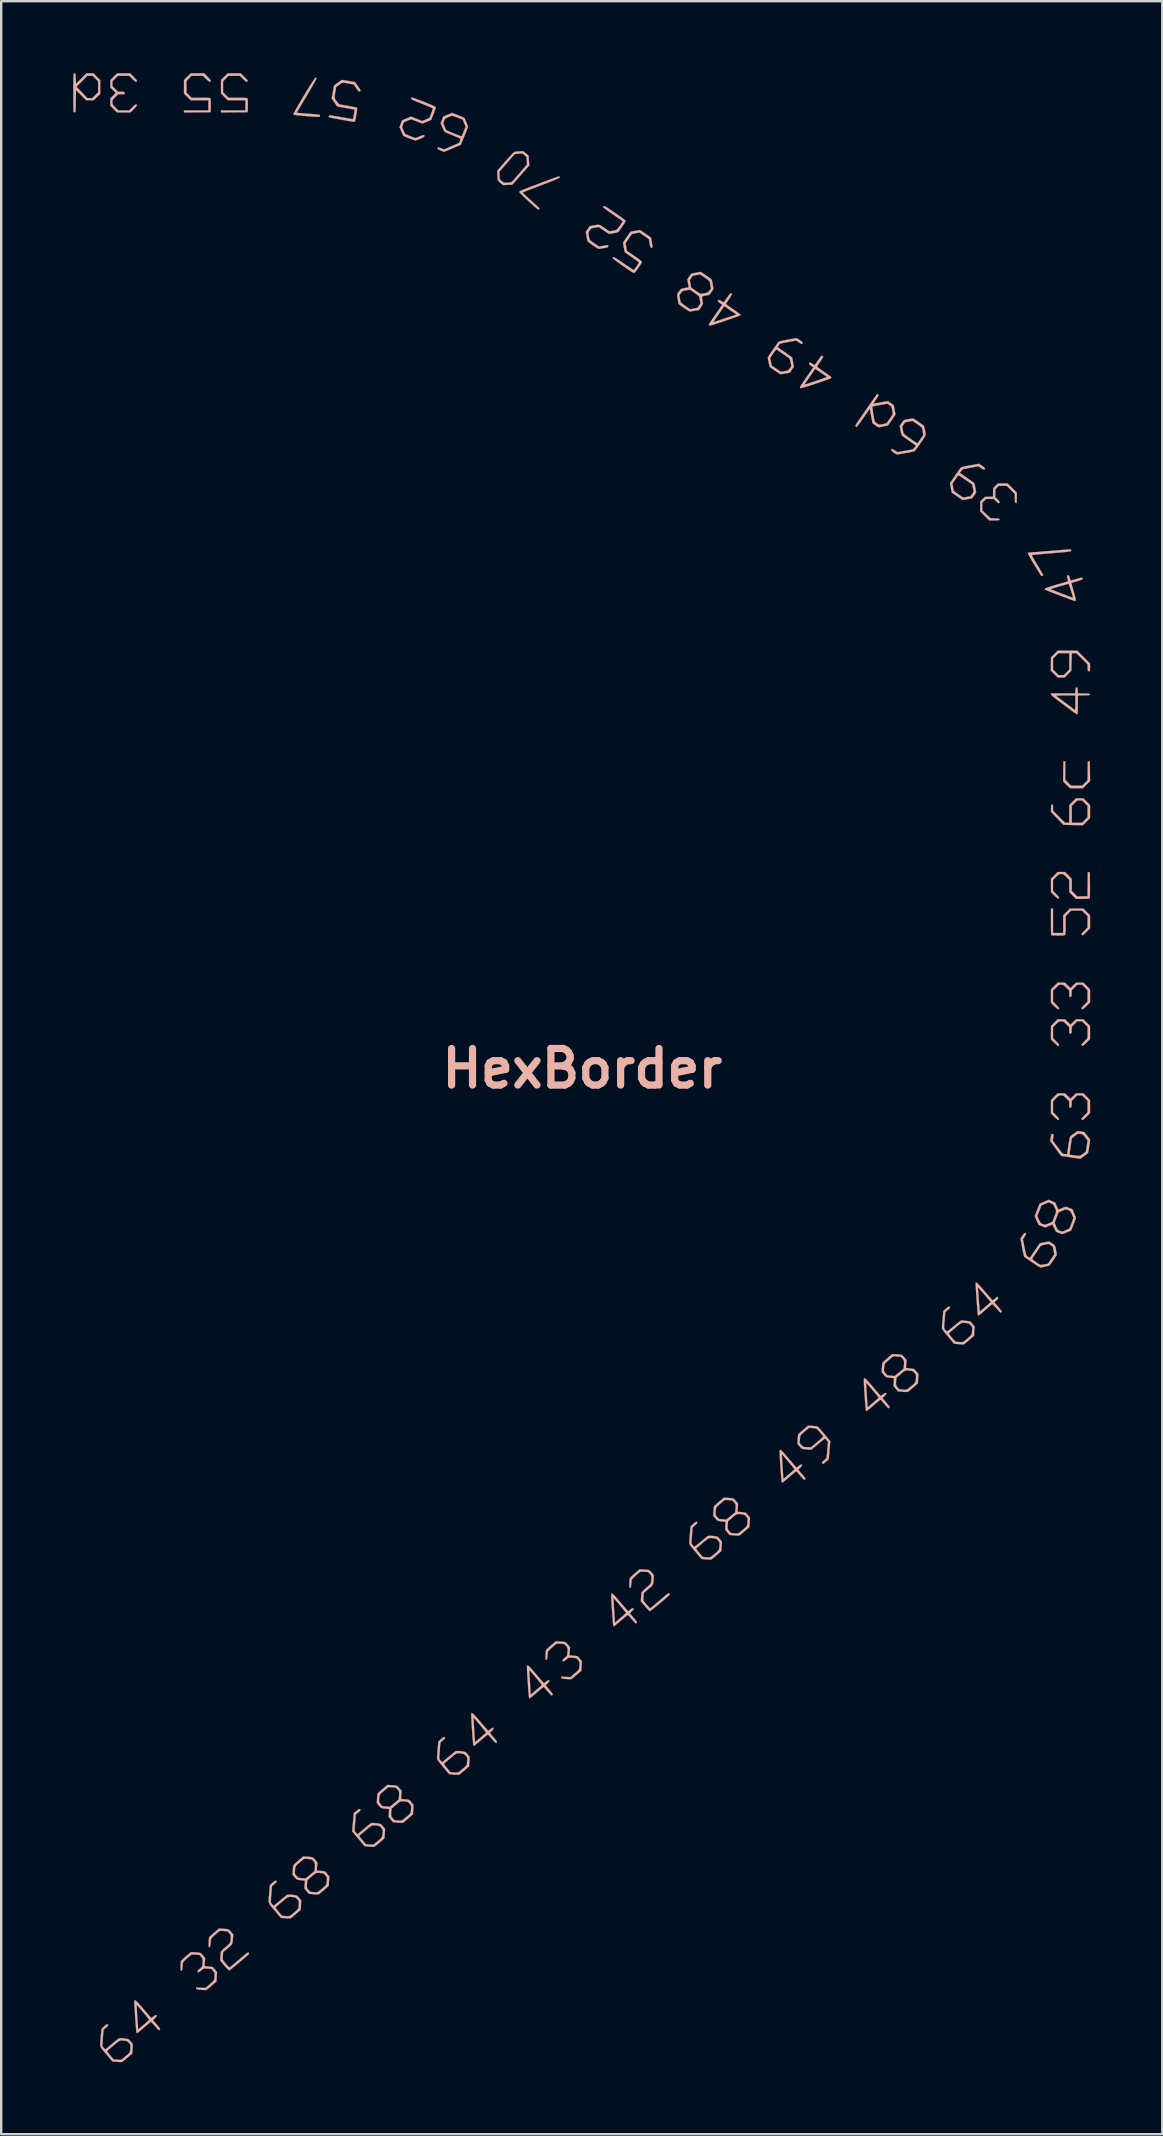
<source format=kicad_pcb>
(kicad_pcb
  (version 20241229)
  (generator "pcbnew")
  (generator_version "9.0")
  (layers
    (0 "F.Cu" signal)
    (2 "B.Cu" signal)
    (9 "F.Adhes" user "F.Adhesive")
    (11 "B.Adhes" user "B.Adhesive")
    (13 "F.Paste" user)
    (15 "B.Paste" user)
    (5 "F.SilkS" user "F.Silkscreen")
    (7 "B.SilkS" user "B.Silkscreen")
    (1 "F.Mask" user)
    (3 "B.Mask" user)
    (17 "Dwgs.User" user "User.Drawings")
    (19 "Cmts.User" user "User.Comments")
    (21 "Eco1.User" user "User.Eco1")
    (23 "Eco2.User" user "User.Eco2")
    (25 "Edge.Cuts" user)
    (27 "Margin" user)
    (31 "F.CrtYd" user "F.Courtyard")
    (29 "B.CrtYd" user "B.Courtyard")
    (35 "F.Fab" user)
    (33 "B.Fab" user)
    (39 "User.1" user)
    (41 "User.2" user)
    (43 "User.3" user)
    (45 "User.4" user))
  (footprint "HexBorder"
    (layer "F.Cu")
    (at 21.202 41.452)
    (property "Reference" "HexBorder" (at 0 0 0) (layer "B.SilkS") (effects (font (size 1.524 1.524) (thickness 0.3))))
    (attr through_hole)
    (fp_poly (pts (xy 20.113 -12.023) (xy 20.236 -11.9) (xy 20.358 -11.777) (xy 20.817 -11.777) (xy 21.045 -12.005) (xy 21.049 -12.395) (xy 21.054 -12.785) (xy 21.138 -12.785) (xy 21.148 -11.973) (xy 20.999 -11.824) (xy 20.851 -11.675) (xy 20.312 -11.675) (xy 20.17 -11.814) (xy 20.028 -11.953) (xy 20.037 -12.785) (xy 20.113 -12.796) (xy 20.113 -12.023)) (stroke (width 0.01) (type solid)) (fill yes) (layer "B.SilkS"))
    (fp_poly (pts (xy 21.147 -10.971) (xy 21.147 -10.429) (xy 20.85 -10.133) (xy 20.596 -10.136) (xy 20.49 -10.138) (xy 20.382 -10.14) (xy 20.281 -10.143) (xy 20.201 -10.145) (xy 20.189 -10.145) (xy 20.036 -10.151) (xy 19.519 -10.691) (xy 19.524 -10.84) (xy 19.527 -10.911) (xy 19.531 -10.956) (xy 19.539 -10.98) (xy 19.551 -10.99) (xy 19.567 -10.994) (xy 19.586 -10.995) (xy 19.597 -10.986) (xy 19.603 -10.962) (xy 19.605 -10.915) (xy 19.605 -10.867) (xy 19.605 -10.734) (xy 20.105 -10.235) (xy 20.283 -10.235) (xy 20.283 -10.939) (xy 20.384 -10.939) (xy 20.384 -10.235) (xy 20.816 -10.235) (xy 20.93 -10.348) (xy 21.045 -10.462) (xy 21.045 -10.937) (xy 20.931 -11.052) (xy 20.817 -11.167) (xy 20.614 -11.167) (xy 20.499 -11.053) (xy 20.384 -10.939) (xy 20.283 -10.939) (xy 20.283 -10.972) (xy 20.563 -11.251) (xy 20.868 -11.251) (xy 21.147 -10.971)) (stroke (width 0.01) (type solid)) (fill yes) (layer "B.SilkS"))
    (fp_poly (pts (xy 20.88 -17.135) (xy 21.147 -16.868) (xy 21.147 -16.713) (xy 21.146 -16.637) (xy 21.142 -16.589) (xy 21.134 -16.562) (xy 21.122 -16.549) (xy 21.119 -16.548) (xy 21.086 -16.544) (xy 21.063 -16.566) (xy 21.05 -16.616) (xy 21.045 -16.695) (xy 21.045 -16.705) (xy 21.045 -16.835) (xy 20.812 -17.068) (xy 20.579 -17.3) (xy 20.388 -17.3) (xy 20.376 -16.932) (xy 20.364 -16.563) (xy 20.226 -16.424) (xy 20.089 -16.284) (xy 19.799 -16.284) (xy 19.657 -16.427) (xy 19.514 -16.57) (xy 19.518 -16.846) (xy 19.521 -17.073) (xy 19.605 -17.073) (xy 19.605 -16.615) (xy 19.719 -16.5) (xy 19.833 -16.385) (xy 20.053 -16.385) (xy 20.168 -16.499) (xy 20.283 -16.613) (xy 20.283 -17.3) (xy 19.835 -17.3) (xy 19.72 -17.187) (xy 19.605 -17.073) (xy 19.521 -17.073) (xy 19.522 -17.123) (xy 19.661 -17.262) (xy 19.799 -17.402) (xy 20.614 -17.402) (xy 20.88 -17.135)) (stroke (width 0.01) (type solid)) (fill yes) (layer "B.SilkS"))
    (fp_poly (pts (xy -15.608 -41.305) (xy -15.538 -41.231) (xy -15.493 -41.177) (xy -15.474 -41.141) (xy -15.473 -41.131) (xy -15.487 -41.102) (xy -15.512 -41.096) (xy -15.552 -41.114) (xy -15.608 -41.158) (xy -15.671 -41.216) (xy -15.803 -41.345) (xy -16.28 -41.345) (xy -16.384 -41.234) (xy -16.487 -41.123) (xy -16.487 -40.641) (xy -16.381 -40.535) (xy -16.274 -40.43) (xy -15.891 -40.43) (xy -15.762 -40.429) (xy -15.663 -40.428) (xy -15.59 -40.426) (xy -15.54 -40.422) (xy -15.508 -40.416) (xy -15.492 -40.409) (xy -15.489 -40.406) (xy -15.481 -40.381) (xy -15.476 -40.326) (xy -15.473 -40.24) (xy -15.474 -40.122) (xy -15.474 -40.106) (xy -15.479 -39.828) (xy -16.034 -39.824) (xy -16.589 -39.819) (xy -16.589 -39.905) (xy -15.572 -39.905) (xy -15.572 -40.328) (xy -16.31 -40.328) (xy -16.449 -40.468) (xy -16.589 -40.609) (xy -16.589 -41.168) (xy -16.449 -41.307) (xy -16.308 -41.447) (xy -15.749 -41.447) (xy -15.608 -41.305)) (stroke (width 0.01) (type solid)) (fill yes) (layer "B.SilkS"))
    (fp_poly (pts (xy -14.074 -41.295) (xy -14.011 -41.231) (xy -13.969 -41.186) (xy -13.946 -41.155) (xy -13.938 -41.135) (xy -13.943 -41.12) (xy -13.945 -41.117) (xy -13.97 -41.095) (xy -13.983 -41.091) (xy -14.002 -41.102) (xy -14.038 -41.132) (xy -14.087 -41.176) (xy -14.131 -41.218) (xy -14.261 -41.345) (xy -14.734 -41.345) (xy -14.848 -41.23) (xy -14.962 -41.115) (xy -14.962 -40.658) (xy -14.847 -40.544) (xy -14.733 -40.43) (xy -14.359 -40.43) (xy -14.224 -40.429) (xy -14.12 -40.427) (xy -14.043 -40.424) (xy -13.992 -40.419) (xy -13.963 -40.412) (xy -13.957 -40.409) (xy -13.946 -40.397) (xy -13.938 -40.379) (xy -13.934 -40.347) (xy -13.931 -40.298) (xy -13.931 -40.226) (xy -13.932 -40.126) (xy -13.932 -40.108) (xy -13.937 -39.828) (xy -14.492 -39.824) (xy -15.047 -39.819) (xy -15.047 -39.905) (xy -14.03 -39.905) (xy -14.03 -40.328) (xy -14.768 -40.328) (xy -15.047 -40.609) (xy -15.047 -41.168) (xy -14.907 -41.307) (xy -14.767 -41.447) (xy -14.224 -41.447) (xy -14.074 -41.295)) (stroke (width 0.01) (type solid)) (fill yes) (layer "B.SilkS"))
    (fp_poly (pts (xy 20.384 -7.9) (xy 20.384 -7.395) (xy 20.499 -7.282) (xy 20.614 -7.168) (xy 21.045 -7.168) (xy 21.049 -7.672) (xy 21.054 -8.176) (xy 21.138 -8.176) (xy 21.143 -7.644) (xy 21.144 -7.478) (xy 21.144 -7.344) (xy 21.142 -7.24) (xy 21.139 -7.165) (xy 21.135 -7.116) (xy 21.13 -7.091) (xy 21.128 -7.089) (xy 21.112 -7.08) (xy 21.08 -7.073) (xy 21.027 -7.069) (xy 20.949 -7.067) (xy 20.841 -7.066) (xy 20.835 -7.066) (xy 20.562 -7.066) (xy 20.283 -7.346) (xy 20.283 -7.855) (xy 20.159 -7.977) (xy 20.103 -8.032) (xy 20.064 -8.068) (xy 20.033 -8.088) (xy 20.004 -8.097) (xy 19.967 -8.099) (xy 19.944 -8.1) (xy 19.902 -8.099) (xy 19.87 -8.094) (xy 19.84 -8.08) (xy 19.806 -8.053) (xy 19.76 -8.008) (xy 19.728 -7.977) (xy 19.605 -7.855) (xy 19.605 -7.395) (xy 19.732 -7.269) (xy 19.798 -7.2) (xy 19.839 -7.149) (xy 19.856 -7.112) (xy 19.851 -7.088) (xy 19.832 -7.076) (xy 19.808 -7.081) (xy 19.768 -7.108) (xy 19.71 -7.159) (xy 19.662 -7.204) (xy 19.52 -7.343) (xy 19.52 -7.905) (xy 19.66 -8.045) (xy 19.801 -8.184) (xy 20.107 -8.184) (xy 20.384 -7.9)) (stroke (width 0.01) (type solid)) (fill yes) (layer "B.SilkS"))
    (fp_poly (pts (xy 19.605 -5.643) (xy 20.029 -5.643) (xy 20.029 -6.38) (xy 20.169 -6.52) (xy 20.309 -6.659) (xy 20.868 -6.659) (xy 21.007 -6.519) (xy 21.147 -6.379) (xy 21.147 -5.837) (xy 20.995 -5.686) (xy 20.931 -5.623) (xy 20.886 -5.582) (xy 20.855 -5.559) (xy 20.835 -5.551) (xy 20.82 -5.555) (xy 20.817 -5.557) (xy 20.796 -5.583) (xy 20.791 -5.596) (xy 20.802 -5.614) (xy 20.832 -5.651) (xy 20.877 -5.7) (xy 20.918 -5.743) (xy 21.045 -5.874) (xy 21.045 -6.347) (xy 20.93 -6.461) (xy 20.816 -6.575) (xy 20.358 -6.575) (xy 20.244 -6.46) (xy 20.13 -6.345) (xy 20.13 -5.976) (xy 20.129 -5.85) (xy 20.127 -5.743) (xy 20.123 -5.659) (xy 20.119 -5.601) (xy 20.113 -5.574) (xy 20.104 -5.561) (xy 20.089 -5.553) (xy 20.063 -5.547) (xy 20.021 -5.543) (xy 19.958 -5.542) (xy 19.868 -5.541) (xy 19.819 -5.541) (xy 19.725 -5.542) (xy 19.644 -5.543) (xy 19.581 -5.546) (xy 19.541 -5.55) (xy 19.532 -5.552) (xy 19.529 -5.571) (xy 19.526 -5.62) (xy 19.524 -5.695) (xy 19.522 -5.791) (xy 19.521 -5.905) (xy 19.52 -6.032) (xy 19.52 -6.111) (xy 19.52 -6.659) (xy 19.605 -6.659) (xy 19.605 -5.643)) (stroke (width 0.01) (type solid)) (fill yes) (layer "B.SilkS"))
    (fp_poly (pts (xy -20.219 -41.306) (xy -20.079 -41.166) (xy -20.079 -40.586) (xy -20.353 -40.328) (xy -20.664 -40.328) (xy -20.876 -40.54) (xy -21.088 -40.752) (xy -21.096 -40.29) (xy -21.099 -40.153) (xy -21.101 -40.047) (xy -21.104 -39.966) (xy -21.107 -39.908) (xy -21.11 -39.869) (xy -21.115 -39.844) (xy -21.122 -39.831) (xy -21.131 -39.825) (xy -21.141 -39.823) (xy -21.175 -39.831) (xy -21.187 -39.846) (xy -21.19 -39.87) (xy -21.192 -39.923) (xy -21.194 -40.001) (xy -21.196 -40.101) (xy -21.197 -40.217) (xy -21.197 -40.347) (xy -21.197 -40.484) (xy -21.197 -40.627) (xy -21.197 -40.769) (xy -21.196 -40.89) (xy -21.068 -40.89) (xy -20.84 -40.652) (xy -20.613 -40.414) (xy -20.411 -40.413) (xy -20.287 -40.535) (xy -20.164 -40.658) (xy -20.164 -41.115) (xy -20.278 -41.23) (xy -20.392 -41.345) (xy -20.614 -41.345) (xy -20.841 -41.117) (xy -21.068 -40.89) (xy -21.196 -40.89) (xy -21.196 -40.908) (xy -21.195 -41.038) (xy -21.193 -41.157) (xy -21.191 -41.259) (xy -21.189 -41.34) (xy -21.186 -41.397) (xy -21.183 -41.425) (xy -21.183 -41.427) (xy -21.156 -41.443) (xy -21.136 -41.444) (xy -21.123 -41.438) (xy -21.114 -41.424) (xy -21.107 -41.395) (xy -21.102 -41.346) (xy -21.098 -41.272) (xy -21.096 -41.222) (xy -21.088 -41.005) (xy -20.648 -41.447) (xy -20.358 -41.447) (xy -20.219 -41.306)) (stroke (width 0.01) (type solid)) (fill yes) (layer "B.SilkS"))
    (fp_poly (pts (xy -11.077 -41.256) (xy -11.068 -41.24) (xy -11.076 -41.22) (xy -11.099 -41.174) (xy -11.136 -41.105) (xy -11.186 -41.016) (xy -11.247 -40.909) (xy -11.316 -40.788) (xy -11.394 -40.656) (xy -11.477 -40.516) (xy -11.48 -40.511) (xy -11.897 -39.811) (xy -11.824 -39.8) (xy -11.786 -39.796) (xy -11.721 -39.789) (xy -11.633 -39.782) (xy -11.529 -39.773) (xy -11.415 -39.764) (xy -11.353 -39.76) (xy -11.24 -39.751) (xy -11.137 -39.742) (xy -11.05 -39.733) (xy -10.985 -39.725) (xy -10.945 -39.719) (xy -10.935 -39.715) (xy -10.923 -39.688) (xy -10.925 -39.667) (xy -10.929 -39.655) (xy -10.938 -39.647) (xy -10.955 -39.641) (xy -10.983 -39.637) (xy -11.026 -39.636) (xy -11.086 -39.638) (xy -11.166 -39.643) (xy -11.271 -39.65) (xy -11.403 -39.66) (xy -11.565 -39.674) (xy -11.568 -39.674) (xy -11.704 -39.685) (xy -11.821 -39.697) (xy -11.915 -39.708) (xy -11.984 -39.717) (xy -12.024 -39.726) (xy -12.032 -39.729) (xy -12.028 -39.748) (xy -12.008 -39.792) (xy -11.974 -39.859) (xy -11.928 -39.944) (xy -11.872 -40.044) (xy -11.807 -40.157) (xy -11.736 -40.279) (xy -11.661 -40.406) (xy -11.583 -40.536) (xy -11.505 -40.664) (xy -11.429 -40.789) (xy -11.356 -40.906) (xy -11.289 -41.012) (xy -11.229 -41.104) (xy -11.179 -41.179) (xy -11.141 -41.233) (xy -11.115 -41.263) (xy -11.107 -41.269) (xy -11.077 -41.256)) (stroke (width 0.01) (type solid)) (fill yes) (layer "B.SilkS"))
    (fp_poly (pts (xy 17.905 -24.177) (xy 18.097 -23.987) (xy 18.097 -23.769) (xy 18.097 -23.68) (xy 18.096 -23.619) (xy 18.092 -23.582) (xy 18.086 -23.562) (xy 18.076 -23.555) (xy 18.062 -23.556) (xy 18.059 -23.556) (xy 18.042 -23.56) (xy 18.031 -23.571) (xy 18.024 -23.594) (xy 18.02 -23.636) (xy 18.017 -23.703) (xy 18.016 -23.748) (xy 18.011 -23.934) (xy 17.682 -24.265) (xy 17.341 -24.265) (xy 17.27 -24.192) (xy 17.199 -24.119) (xy 17.199 -23.791) (xy 17.276 -23.72) (xy 17.334 -23.663) (xy 17.368 -23.621) (xy 17.378 -23.589) (xy 17.368 -23.563) (xy 17.361 -23.556) (xy 17.346 -23.544) (xy 17.329 -23.545) (xy 17.303 -23.562) (xy 17.264 -23.599) (xy 17.236 -23.626) (xy 17.139 -23.722) (xy 16.816 -23.722) (xy 16.657 -23.56) (xy 16.657 -23.4) (xy 16.657 -23.24) (xy 17.002 -22.918) (xy 17.189 -22.909) (xy 17.271 -22.905) (xy 17.325 -22.901) (xy 17.357 -22.894) (xy 17.372 -22.885) (xy 17.377 -22.872) (xy 17.377 -22.867) (xy 17.375 -22.853) (xy 17.365 -22.843) (xy 17.341 -22.837) (xy 17.299 -22.833) (xy 17.233 -22.83) (xy 17.165 -22.828) (xy 16.953 -22.824) (xy 16.572 -23.206) (xy 16.572 -23.613) (xy 16.669 -23.71) (xy 16.767 -23.806) (xy 16.936 -23.811) (xy 17.106 -23.816) (xy 17.115 -24.172) (xy 17.212 -24.269) (xy 17.308 -24.366) (xy 17.712 -24.366) (xy 17.905 -24.177)) (stroke (width 0.01) (type solid)) (fill yes) (layer "B.SilkS"))
    (fp_poly (pts (xy -18.682 -41.295) (xy -18.62 -41.231) (xy -18.578 -41.186) (xy -18.555 -41.155) (xy -18.547 -41.135) (xy -18.552 -41.12) (xy -18.554 -41.117) (xy -18.579 -41.095) (xy -18.592 -41.091) (xy -18.611 -41.102) (xy -18.647 -41.132) (xy -18.696 -41.176) (xy -18.74 -41.218) (xy -18.87 -41.345) (xy -19.343 -41.345) (xy -19.457 -41.23) (xy -19.571 -41.115) (xy -19.571 -40.912) (xy -19.342 -40.685) (xy -19.207 -40.68) (xy -19.139 -40.678) (xy -19.099 -40.673) (xy -19.078 -40.665) (xy -19.069 -40.649) (xy -19.066 -40.629) (xy -19.06 -40.582) (xy -19.326 -40.582) (xy -19.449 -40.459) (xy -19.504 -40.403) (xy -19.539 -40.364) (xy -19.559 -40.333) (xy -19.568 -40.303) (xy -19.571 -40.267) (xy -19.571 -40.243) (xy -19.57 -40.201) (xy -19.565 -40.169) (xy -19.551 -40.14) (xy -19.524 -40.106) (xy -19.48 -40.059) (xy -19.449 -40.028) (xy -19.326 -39.905) (xy -18.867 -39.905) (xy -18.741 -40.032) (xy -18.672 -40.098) (xy -18.62 -40.139) (xy -18.584 -40.156) (xy -18.56 -40.151) (xy -18.548 -40.131) (xy -18.552 -40.108) (xy -18.579 -40.068) (xy -18.631 -40.009) (xy -18.676 -39.962) (xy -18.815 -39.82) (xy -19.377 -39.82) (xy -19.516 -39.96) (xy -19.656 -40.1) (xy -19.656 -40.404) (xy -19.542 -40.518) (xy -19.428 -40.633) (xy -19.542 -40.748) (xy -19.656 -40.863) (xy -19.656 -41.168) (xy -19.516 -41.307) (xy -19.375 -41.447) (xy -18.833 -41.447) (xy -18.682 -41.295)) (stroke (width 0.01) (type solid)) (fill yes) (layer "B.SilkS"))
    (fp_poly (pts (xy 20.219 -3.461) (xy 20.334 -3.347) (xy 20.448 -3.461) (xy 20.563 -3.575) (xy 20.868 -3.575) (xy 21.147 -3.295) (xy 21.147 -2.753) (xy 20.995 -2.602) (xy 20.931 -2.539) (xy 20.886 -2.498) (xy 20.855 -2.475) (xy 20.835 -2.467) (xy 20.82 -2.471) (xy 20.817 -2.473) (xy 20.796 -2.499) (xy 20.791 -2.512) (xy 20.802 -2.53) (xy 20.832 -2.567) (xy 20.877 -2.616) (xy 20.918 -2.659) (xy 21.045 -2.79) (xy 21.045 -3.263) (xy 20.93 -3.377) (xy 20.816 -3.491) (xy 20.612 -3.491) (xy 20.499 -3.376) (xy 20.386 -3.262) (xy 20.381 -3.126) (xy 20.378 -3.059) (xy 20.373 -3.018) (xy 20.365 -2.997) (xy 20.349 -2.989) (xy 20.329 -2.985) (xy 20.283 -2.98) (xy 20.283 -3.246) (xy 20.159 -3.368) (xy 20.103 -3.423) (xy 20.064 -3.459) (xy 20.033 -3.479) (xy 20.004 -3.488) (xy 19.967 -3.49) (xy 19.944 -3.491) (xy 19.902 -3.49) (xy 19.87 -3.485) (xy 19.84 -3.471) (xy 19.806 -3.444) (xy 19.76 -3.399) (xy 19.728 -3.368) (xy 19.605 -3.246) (xy 19.605 -2.787) (xy 19.732 -2.66) (xy 19.798 -2.591) (xy 19.839 -2.54) (xy 19.856 -2.503) (xy 19.851 -2.479) (xy 19.832 -2.467) (xy 19.808 -2.472) (xy 19.768 -2.499) (xy 19.71 -2.55) (xy 19.662 -2.595) (xy 19.52 -2.734) (xy 19.52 -3.296) (xy 19.66 -3.436) (xy 19.801 -3.575) (xy 20.104 -3.575) (xy 20.219 -3.461)) (stroke (width 0.01) (type solid)) (fill yes) (layer "B.SilkS"))
    (fp_poly (pts (xy 20.219 -1.936) (xy 20.334 -1.822) (xy 20.448 -1.936) (xy 20.563 -2.05) (xy 20.868 -2.05) (xy 21.147 -1.77) (xy 21.147 -1.228) (xy 20.995 -1.077) (xy 20.931 -1.014) (xy 20.886 -0.973) (xy 20.855 -0.95) (xy 20.835 -0.942) (xy 20.82 -0.946) (xy 20.817 -0.948) (xy 20.796 -0.974) (xy 20.791 -0.987) (xy 20.802 -1.005) (xy 20.832 -1.042) (xy 20.877 -1.091) (xy 20.918 -1.134) (xy 21.045 -1.265) (xy 21.045 -1.738) (xy 20.93 -1.852) (xy 20.816 -1.966) (xy 20.612 -1.966) (xy 20.499 -1.851) (xy 20.386 -1.737) (xy 20.381 -1.601) (xy 20.378 -1.534) (xy 20.373 -1.493) (xy 20.365 -1.472) (xy 20.349 -1.463) (xy 20.329 -1.46) (xy 20.283 -1.455) (xy 20.283 -1.721) (xy 20.159 -1.843) (xy 20.103 -1.898) (xy 20.064 -1.934) (xy 20.033 -1.954) (xy 20.004 -1.963) (xy 19.967 -1.965) (xy 19.944 -1.966) (xy 19.902 -1.965) (xy 19.87 -1.96) (xy 19.84 -1.946) (xy 19.806 -1.919) (xy 19.76 -1.874) (xy 19.728 -1.843) (xy 19.605 -1.721) (xy 19.605 -1.262) (xy 19.732 -1.135) (xy 19.798 -1.066) (xy 19.839 -1.015) (xy 19.856 -0.978) (xy 19.851 -0.954) (xy 19.832 -0.942) (xy 19.808 -0.947) (xy 19.768 -0.974) (xy 19.71 -1.025) (xy 19.662 -1.07) (xy 19.52 -1.209) (xy 19.52 -1.771) (xy 19.66 -1.911) (xy 19.801 -2.05) (xy 20.104 -2.05) (xy 20.219 -1.936)) (stroke (width 0.01) (type solid)) (fill yes) (layer "B.SilkS"))
    (fp_poly (pts (xy 20.219 1.148) (xy 20.334 1.261) (xy 20.448 1.148) (xy 20.563 1.034) (xy 20.868 1.034) (xy 21.147 1.314) (xy 21.147 1.856) (xy 20.995 2.007) (xy 20.931 2.07) (xy 20.886 2.111) (xy 20.855 2.134) (xy 20.835 2.142) (xy 20.82 2.138) (xy 20.817 2.136) (xy 20.796 2.11) (xy 20.791 2.097) (xy 20.802 2.079) (xy 20.832 2.042) (xy 20.877 1.993) (xy 20.918 1.95) (xy 21.045 1.819) (xy 21.045 1.346) (xy 20.93 1.232) (xy 20.816 1.118) (xy 20.612 1.118) (xy 20.499 1.233) (xy 20.386 1.347) (xy 20.381 1.483) (xy 20.378 1.55) (xy 20.373 1.591) (xy 20.365 1.612) (xy 20.349 1.62) (xy 20.329 1.624) (xy 20.283 1.629) (xy 20.283 1.363) (xy 20.159 1.241) (xy 20.103 1.186) (xy 20.064 1.15) (xy 20.033 1.13) (xy 20.004 1.121) (xy 19.967 1.118) (xy 19.944 1.118) (xy 19.902 1.119) (xy 19.87 1.124) (xy 19.84 1.138) (xy 19.806 1.165) (xy 19.76 1.21) (xy 19.728 1.241) (xy 19.605 1.363) (xy 19.605 1.822) (xy 19.732 1.949) (xy 19.798 2.018) (xy 19.839 2.069) (xy 19.856 2.106) (xy 19.851 2.13) (xy 19.832 2.142) (xy 19.808 2.137) (xy 19.768 2.11) (xy 19.71 2.059) (xy 19.662 2.014) (xy 19.52 1.875) (xy 19.52 1.312) (xy 19.66 1.173) (xy 19.801 1.034) (xy 20.104 1.034) (xy 20.219 1.148)) (stroke (width 0.01) (type solid)) (fill yes) (layer "B.SilkS"))
    (fp_poly (pts (xy -2.349 -38.113) (xy -2.239 -38.021) (xy -2.229 -37.891) (xy -2.223 -37.816) (xy -2.217 -37.744) (xy -2.211 -37.69) (xy -2.211 -37.69) (xy -2.204 -37.618) (xy -2.562 -37.211) (xy -2.921 -36.804) (xy -3.034 -36.804) (xy -3.107 -36.802) (xy -3.18 -36.798) (xy -3.223 -36.793) (xy -3.261 -36.789) (xy -3.29 -36.793) (xy -3.32 -36.807) (xy -3.358 -36.836) (xy -3.407 -36.88) (xy -3.46 -36.928) (xy -3.493 -36.964) (xy -3.512 -36.996) (xy -3.522 -37.033) (xy -3.527 -37.072) (xy -3.533 -37.144) (xy -3.538 -37.228) (xy -3.54 -37.28) (xy -3.541 -37.345) (xy -3.458 -37.345) (xy -3.447 -37.189) (xy -3.436 -37.032) (xy -3.357 -36.961) (xy -3.31 -36.921) (xy -3.272 -36.899) (xy -3.231 -36.891) (xy -3.194 -36.889) (xy -3.122 -36.891) (xy -3.045 -36.897) (xy -3.025 -36.899) (xy -2.973 -36.909) (xy -2.935 -36.926) (xy -2.899 -36.96) (xy -2.872 -36.99) (xy -2.841 -37.027) (xy -2.792 -37.084) (xy -2.729 -37.157) (xy -2.657 -37.24) (xy -2.581 -37.328) (xy -2.553 -37.361) (xy -2.301 -37.651) (xy -2.325 -37.968) (xy -2.409 -38.04) (xy -2.493 -38.112) (xy -2.653 -38.1) (xy -2.812 -38.088) (xy -3.135 -37.717) (xy -3.458 -37.345) (xy -3.541 -37.345) (xy -3.541 -37.393) (xy -3.201 -37.78) (xy -3.088 -37.908) (xy -2.996 -38.009) (xy -2.923 -38.086) (xy -2.868 -38.14) (xy -2.832 -38.17) (xy -2.816 -38.179) (xy -2.779 -38.185) (xy -2.718 -38.191) (xy -2.646 -38.196) (xy -2.615 -38.198) (xy -2.459 -38.206) (xy -2.349 -38.113)) (stroke (width 0.01) (type solid)) (fill yes) (layer "B.SilkS"))
    (fp_poly (pts (xy 20.349 -21.61) (xy 20.364 -21.582) (xy 20.352 -21.55) (xy 20.349 -21.546) (xy 20.33 -21.539) (xy 20.285 -21.531) (xy 20.214 -21.521) (xy 20.115 -21.51) (xy 19.986 -21.498) (xy 19.826 -21.484) (xy 19.635 -21.468) (xy 19.546 -21.461) (xy 19.386 -21.448) (xy 19.236 -21.435) (xy 19.099 -21.423) (xy 18.978 -21.413) (xy 18.879 -21.403) (xy 18.803 -21.396) (xy 18.754 -21.39) (xy 18.736 -21.387) (xy 18.73 -21.38) (xy 18.73 -21.365) (xy 18.74 -21.339) (xy 18.759 -21.298) (xy 18.791 -21.24) (xy 18.837 -21.162) (xy 18.898 -21.06) (xy 18.952 -20.97) (xy 19.016 -20.864) (xy 19.074 -20.767) (xy 19.123 -20.684) (xy 19.162 -20.618) (xy 19.187 -20.572) (xy 19.198 -20.552) (xy 19.198 -20.551) (xy 19.184 -20.532) (xy 19.154 -20.517) (xy 19.124 -20.515) (xy 19.119 -20.517) (xy 19.106 -20.534) (xy 19.078 -20.576) (xy 19.037 -20.64) (xy 18.985 -20.723) (xy 18.925 -20.82) (xy 18.859 -20.928) (xy 18.826 -20.982) (xy 18.744 -21.118) (xy 18.68 -21.227) (xy 18.631 -21.314) (xy 18.597 -21.379) (xy 18.576 -21.426) (xy 18.567 -21.458) (xy 18.57 -21.477) (xy 18.582 -21.485) (xy 18.592 -21.486) (xy 18.613 -21.487) (xy 18.664 -21.491) (xy 18.742 -21.497) (xy 18.844 -21.505) (xy 18.967 -21.515) (xy 19.106 -21.526) (xy 19.26 -21.539) (xy 19.423 -21.552) (xy 19.444 -21.553) (xy 19.609 -21.567) (xy 19.765 -21.579) (xy 19.909 -21.591) (xy 20.036 -21.601) (xy 20.143 -21.609) (xy 20.227 -21.615) (xy 20.284 -21.62) (xy 20.312 -21.621) (xy 20.313 -21.621) (xy 20.349 -21.61)) (stroke (width 0.01) (type solid)) (fill yes) (layer "B.SilkS"))
    (fp_poly (pts (xy -0.966 -37.156) (xy -0.945 -37.137) (xy -0.94 -37.117) (xy -0.944 -37.108) (xy -0.957 -37.096) (xy -0.981 -37.082) (xy -1.019 -37.063) (xy -1.074 -37.039) (xy -1.148 -37.008) (xy -1.243 -36.97) (xy -1.362 -36.923) (xy -1.507 -36.867) (xy -1.681 -36.8) (xy -1.716 -36.787) (xy -1.869 -36.728) (xy -2.012 -36.673) (xy -2.142 -36.622) (xy -2.256 -36.578) (xy -2.351 -36.54) (xy -2.423 -36.511) (xy -2.47 -36.491) (xy -2.489 -36.482) (xy -2.489 -36.482) (xy -2.477 -36.468) (xy -2.443 -36.436) (xy -2.392 -36.387) (xy -2.326 -36.326) (xy -2.249 -36.255) (xy -2.214 -36.223) (xy -2.098 -36.117) (xy -2.005 -36.032) (xy -1.933 -35.964) (xy -1.878 -35.913) (xy -1.838 -35.874) (xy -1.812 -35.847) (xy -1.796 -35.828) (xy -1.789 -35.815) (xy -1.787 -35.806) (xy -1.789 -35.798) (xy -1.79 -35.796) (xy -1.813 -35.773) (xy -1.828 -35.77) (xy -1.847 -35.781) (xy -1.887 -35.813) (xy -1.946 -35.862) (xy -2.019 -35.925) (xy -2.105 -36.001) (xy -2.198 -36.085) (xy -2.237 -36.121) (xy -2.332 -36.209) (xy -2.419 -36.292) (xy -2.494 -36.365) (xy -2.555 -36.425) (xy -2.599 -36.471) (xy -2.621 -36.498) (xy -2.623 -36.502) (xy -2.625 -36.51) (xy -2.627 -36.516) (xy -2.625 -36.523) (xy -2.617 -36.53) (xy -2.602 -36.54) (xy -2.576 -36.552) (xy -2.538 -36.569) (xy -2.484 -36.591) (xy -2.413 -36.619) (xy -2.322 -36.654) (xy -2.208 -36.698) (xy -2.07 -36.751) (xy -1.904 -36.814) (xy -1.748 -36.873) (xy -1.596 -36.931) (xy -1.453 -36.984) (xy -1.322 -37.033) (xy -1.207 -37.075) (xy -1.111 -37.109) (xy -1.036 -37.135) (xy -0.987 -37.151) (xy -0.966 -37.156) (xy -0.966 -37.156)) (stroke (width 0.01) (type solid)) (fill yes) (layer "B.SilkS"))
    (fp_poly (pts (xy 20.61 -15.867) (xy 20.623 -15.856) (xy 20.63 -15.83) (xy 20.634 -15.781) (xy 20.635 -15.746) (xy 20.64 -15.624) (xy 20.889 -15.619) (xy 20.986 -15.617) (xy 21.054 -15.615) (xy 21.098 -15.611) (xy 21.123 -15.605) (xy 21.135 -15.597) (xy 21.138 -15.585) (xy 21.138 -15.581) (xy 21.137 -15.567) (xy 21.128 -15.558) (xy 21.107 -15.552) (xy 21.069 -15.547) (xy 21.009 -15.545) (xy 20.921 -15.543) (xy 20.888 -15.542) (xy 20.639 -15.537) (xy 20.639 -15.158) (xy 20.638 -15.034) (xy 20.637 -14.939) (xy 20.635 -14.87) (xy 20.632 -14.823) (xy 20.627 -14.793) (xy 20.621 -14.776) (xy 20.612 -14.769) (xy 20.612 -14.769) (xy 20.586 -14.76) (xy 20.581 -14.759) (xy 20.567 -14.769) (xy 20.529 -14.796) (xy 20.469 -14.84) (xy 20.391 -14.898) (xy 20.298 -14.967) (xy 20.193 -15.046) (xy 20.078 -15.131) (xy 20.049 -15.153) (xy 19.909 -15.258) (xy 19.795 -15.344) (xy 19.703 -15.415) (xy 19.633 -15.471) (xy 19.582 -15.514) (xy 19.571 -15.524) (xy 19.733 -15.524) (xy 19.733 -15.522) (xy 19.753 -15.505) (xy 19.795 -15.472) (xy 19.855 -15.426) (xy 19.929 -15.37) (xy 20.013 -15.307) (xy 20.102 -15.24) (xy 20.192 -15.173) (xy 20.279 -15.108) (xy 20.359 -15.048) (xy 20.427 -14.998) (xy 20.481 -14.959) (xy 20.514 -14.935) (xy 20.524 -14.929) (xy 20.528 -14.945) (xy 20.532 -14.989) (xy 20.535 -15.057) (xy 20.536 -15.142) (xy 20.537 -15.233) (xy 20.537 -15.538) (xy 20.127 -15.538) (xy 19.993 -15.538) (xy 19.885 -15.536) (xy 19.805 -15.533) (xy 19.753 -15.529) (xy 19.733 -15.524) (xy 19.571 -15.524) (xy 19.548 -15.546) (xy 19.528 -15.569) (xy 19.521 -15.584) (xy 19.521 -15.585) (xy 19.52 -15.623) (xy 20.535 -15.623) (xy 20.54 -15.746) (xy 20.544 -15.809) (xy 20.549 -15.846) (xy 20.558 -15.863) (xy 20.576 -15.868) (xy 20.588 -15.869) (xy 20.61 -15.867)) (stroke (width 0.01) (type solid)) (fill yes) (layer "B.SilkS"))
    (fp_poly (pts (xy 6.22 -32.281) (xy 6.229 -32.259) (xy 6.218 -32.22) (xy 6.187 -32.161) (xy 6.135 -32.079) (xy 6.11 -32.042) (xy 6.062 -31.972) (xy 6.023 -31.912) (xy 5.995 -31.867) (xy 5.982 -31.843) (xy 5.981 -31.841) (xy 5.995 -31.828) (xy 6.032 -31.799) (xy 6.089 -31.757) (xy 6.162 -31.705) (xy 6.247 -31.646) (xy 6.274 -31.627) (xy 6.362 -31.566) (xy 6.44 -31.511) (xy 6.505 -31.465) (xy 6.551 -31.431) (xy 6.575 -31.412) (xy 6.577 -31.41) (xy 6.582 -31.38) (xy 6.58 -31.371) (xy 6.563 -31.362) (xy 6.518 -31.343) (xy 6.449 -31.317) (xy 6.361 -31.285) (xy 6.257 -31.248) (xy 6.142 -31.208) (xy 6.021 -31.167) (xy 5.897 -31.124) (xy 5.775 -31.083) (xy 5.658 -31.045) (xy 5.552 -31.01) (xy 5.461 -30.981) (xy 5.388 -30.959) (xy 5.338 -30.945) (xy 5.316 -30.941) (xy 5.285 -30.953) (xy 5.276 -30.965) (xy 5.273 -30.972) (xy 5.27 -30.978) (xy 5.271 -30.986) (xy 5.276 -30.998) (xy 5.287 -31.019) (xy 5.307 -31.051) (xy 5.332 -31.087) (xy 5.456 -31.087) (xy 5.472 -31.09) (xy 5.515 -31.103) (xy 5.583 -31.124) (xy 5.671 -31.152) (xy 5.776 -31.186) (xy 5.893 -31.225) (xy 5.94 -31.24) (xy 6.423 -31.402) (xy 6.334 -31.464) (xy 6.282 -31.5) (xy 6.212 -31.548) (xy 6.135 -31.601) (xy 6.079 -31.64) (xy 5.915 -31.753) (xy 5.875 -31.699) (xy 5.845 -31.657) (xy 5.804 -31.599) (xy 5.754 -31.527) (xy 5.7 -31.449) (xy 5.644 -31.367) (xy 5.589 -31.288) (xy 5.54 -31.215) (xy 5.5 -31.155) (xy 5.471 -31.111) (xy 5.457 -31.089) (xy 5.456 -31.087) (xy 5.332 -31.087) (xy 5.338 -31.097) (xy 5.381 -31.16) (xy 5.438 -31.243) (xy 5.512 -31.35) (xy 5.559 -31.418) (xy 5.829 -31.811) (xy 5.736 -31.877) (xy 5.679 -31.921) (xy 5.65 -31.955) (xy 5.646 -31.982) (xy 5.665 -32.006) (xy 5.686 -32.012) (xy 5.719 -32.001) (xy 5.773 -31.971) (xy 5.785 -31.964) (xy 5.846 -31.929) (xy 5.885 -31.916) (xy 5.899 -31.919) (xy 5.914 -31.938) (xy 5.945 -31.98) (xy 5.986 -32.038) (xy 6.033 -32.105) (xy 6.038 -32.112) (xy 6.099 -32.196) (xy 6.146 -32.253) (xy 6.179 -32.282) (xy 6.194 -32.288) (xy 6.22 -32.281)) (stroke (width 0.01) (type solid)) (fill yes) (layer "B.SilkS"))
    (fp_poly (pts (xy 16.629 -25.114) (xy 16.697 -25.068) (xy 16.741 -25.034) (xy 16.763 -25.008) (xy 16.769 -24.986) (xy 16.765 -24.97) (xy 16.748 -24.948) (xy 16.718 -24.946) (xy 16.672 -24.966) (xy 16.606 -25.009) (xy 16.601 -25.012) (xy 16.501 -25.082) (xy 16.202 -25.028) (xy 16.103 -25.009) (xy 16.013 -24.993) (xy 15.939 -24.979) (xy 15.887 -24.969) (xy 15.864 -24.964) (xy 15.832 -24.946) (xy 15.795 -24.908) (xy 15.775 -24.882) (xy 15.724 -24.808) (xy 16.017 -24.602) (xy 16.104 -24.54) (xy 16.183 -24.484) (xy 16.247 -24.438) (xy 16.294 -24.404) (xy 16.319 -24.386) (xy 16.322 -24.384) (xy 16.33 -24.364) (xy 16.342 -24.317) (xy 16.356 -24.252) (xy 16.37 -24.182) (xy 16.404 -23.991) (xy 16.323 -23.872) (xy 16.284 -23.817) (xy 16.25 -23.773) (xy 16.228 -23.748) (xy 16.224 -23.745) (xy 16.201 -23.74) (xy 16.152 -23.73) (xy 16.085 -23.718) (xy 16.023 -23.707) (xy 15.84 -23.676) (xy 15.753 -23.736) (xy 15.698 -23.773) (xy 15.628 -23.822) (xy 15.554 -23.872) (xy 15.53 -23.889) (xy 15.472 -23.929) (xy 15.425 -23.961) (xy 15.396 -23.981) (xy 15.39 -23.985) (xy 15.385 -24.002) (xy 15.376 -24.044) (xy 15.365 -24.103) (xy 15.352 -24.171) (xy 15.339 -24.241) (xy 15.328 -24.303) (xy 15.321 -24.35) (xy 15.319 -24.364) (xy 15.416 -24.364) (xy 15.473 -24.049) (xy 15.668 -23.914) (xy 15.863 -23.779) (xy 16.018 -23.806) (xy 16.174 -23.834) (xy 16.236 -23.926) (xy 16.299 -24.019) (xy 16.27 -24.172) (xy 16.241 -24.324) (xy 15.954 -24.523) (xy 15.868 -24.582) (xy 15.791 -24.633) (xy 15.727 -24.673) (xy 15.682 -24.7) (xy 15.658 -24.71) (xy 15.656 -24.71) (xy 15.643 -24.691) (xy 15.615 -24.651) (xy 15.575 -24.595) (xy 15.531 -24.53) (xy 15.416 -24.364) (xy 15.319 -24.364) (xy 15.318 -24.374) (xy 15.318 -24.374) (xy 15.327 -24.392) (xy 15.353 -24.433) (xy 15.391 -24.492) (xy 15.439 -24.563) (xy 15.494 -24.643) (xy 15.551 -24.727) (xy 15.609 -24.809) (xy 15.662 -24.885) (xy 15.709 -24.95) (xy 15.745 -24.999) (xy 15.767 -25.028) (xy 15.768 -25.028) (xy 15.793 -25.042) (xy 15.848 -25.058) (xy 15.933 -25.078) (xy 16.05 -25.101) (xy 16.155 -25.121) (xy 16.518 -25.186) (xy 16.629 -25.114)) (stroke (width 0.01) (type solid)) (fill yes) (layer "B.SilkS"))
    (fp_poly (pts (xy -5.177 -39.703) (xy -5.092 -39.668) (xy -5.017 -39.637) (xy -4.958 -39.612) (xy -4.923 -39.595) (xy -4.915 -39.59) (xy -4.9 -39.566) (xy -4.877 -39.519) (xy -4.849 -39.457) (xy -4.82 -39.39) (xy -4.794 -39.324) (xy -4.773 -39.27) (xy -4.763 -39.235) (xy -4.762 -39.228) (xy -4.768 -39.205) (xy -4.785 -39.156) (xy -4.812 -39.085) (xy -4.846 -38.997) (xy -4.886 -38.897) (xy -4.91 -38.837) (xy -5.058 -38.473) (xy -5.405 -38.326) (xy -5.506 -38.283) (xy -5.596 -38.246) (xy -5.671 -38.215) (xy -5.726 -38.192) (xy -5.757 -38.18) (xy -5.761 -38.179) (xy -5.78 -38.185) (xy -5.821 -38.201) (xy -5.878 -38.225) (xy -5.897 -38.233) (xy -5.973 -38.269) (xy -6.017 -38.3) (xy -6.03 -38.319) (xy -6.027 -38.35) (xy -6.003 -38.362) (xy -5.955 -38.355) (xy -5.881 -38.329) (xy -5.876 -38.327) (xy -5.757 -38.278) (xy -5.44 -38.415) (xy -5.123 -38.553) (xy -5.093 -38.636) (xy -5.077 -38.685) (xy -5.07 -38.719) (xy -5.07 -38.728) (xy -5.088 -38.737) (xy -5.132 -38.756) (xy -5.197 -38.784) (xy -5.279 -38.818) (xy -5.373 -38.857) (xy -5.386 -38.862) (xy -5.482 -38.902) (xy -5.569 -38.938) (xy -5.642 -38.968) (xy -5.694 -38.991) (xy -5.72 -39.003) (xy -5.721 -39.003) (xy -5.738 -39.024) (xy -5.765 -39.07) (xy -5.796 -39.133) (xy -5.823 -39.193) (xy -5.897 -39.367) (xy -5.896 -39.371) (xy -5.796 -39.371) (xy -5.732 -39.223) (xy -5.668 -39.074) (xy -5.355 -38.948) (xy -5.258 -38.91) (xy -5.173 -38.876) (xy -5.103 -38.849) (xy -5.054 -38.83) (xy -5.031 -38.822) (xy -5.03 -38.821) (xy -5.02 -38.836) (xy -5 -38.876) (xy -4.974 -38.936) (xy -4.943 -39.01) (xy -4.938 -39.023) (xy -4.858 -39.225) (xy -4.92 -39.374) (xy -4.983 -39.523) (xy -5.192 -39.604) (xy -5.271 -39.634) (xy -5.341 -39.659) (xy -5.393 -39.676) (xy -5.422 -39.684) (xy -5.424 -39.684) (xy -5.449 -39.678) (xy -5.497 -39.66) (xy -5.558 -39.635) (xy -5.583 -39.624) (xy -5.649 -39.594) (xy -5.691 -39.571) (xy -5.718 -39.547) (xy -5.737 -39.516) (xy -5.756 -39.47) (xy -5.757 -39.467) (xy -5.796 -39.371) (xy -5.896 -39.371) (xy -5.845 -39.506) (xy -5.793 -39.644) (xy -5.609 -39.722) (xy -5.425 -39.8) (xy -5.177 -39.703)) (stroke (width 0.01) (type solid)) (fill yes) (layer "B.SilkS"))
    (fp_poly (pts (xy -9.243 30.86) (xy -9.24 30.867) (xy -9.245 30.901) (xy -9.279 30.937) (xy -9.326 30.978) (xy -9.376 31.022) (xy -9.381 31.026) (xy -9.435 31.072) (xy -9.462 31.405) (xy -9.472 31.537) (xy -9.478 31.641) (xy -9.479 31.715) (xy -9.477 31.758) (xy -9.474 31.767) (xy -9.452 31.798) (xy -9.416 31.836) (xy -9.408 31.844) (xy -9.358 31.892) (xy -9.097 31.675) (xy -9.016 31.607) (xy -8.942 31.546) (xy -8.88 31.495) (xy -8.835 31.458) (xy -8.811 31.438) (xy -8.81 31.437) (xy -8.778 31.427) (xy -8.722 31.424) (xy -8.651 31.427) (xy -8.573 31.434) (xy -8.496 31.444) (xy -8.431 31.458) (xy -8.385 31.473) (xy -8.371 31.483) (xy -8.346 31.512) (xy -8.309 31.556) (xy -8.28 31.591) (xy -8.214 31.669) (xy -8.226 31.865) (xy -8.239 32.061) (xy -8.436 32.231) (xy -8.506 32.291) (xy -8.569 32.343) (xy -8.619 32.384) (xy -8.651 32.408) (xy -8.659 32.413) (xy -8.685 32.417) (xy -8.737 32.416) (xy -8.807 32.413) (xy -8.876 32.407) (xy -9.067 32.39) (xy -9.325 32.082) (xy -9.431 31.956) (xy -9.29 31.956) (xy -9.284 31.973) (xy -9.26 32.009) (xy -9.221 32.061) (xy -9.17 32.123) (xy -9.159 32.136) (xy -9.016 32.305) (xy -8.909 32.315) (xy -8.829 32.322) (xy -8.77 32.325) (xy -8.725 32.322) (xy -8.686 32.308) (xy -8.644 32.282) (xy -8.592 32.241) (xy -8.522 32.181) (xy -8.518 32.178) (xy -8.446 32.117) (xy -8.395 32.071) (xy -8.362 32.032) (xy -8.341 31.993) (xy -8.329 31.945) (xy -8.321 31.882) (xy -8.315 31.795) (xy -8.314 31.791) (xy -8.312 31.738) (xy -8.319 31.701) (xy -8.339 31.666) (xy -8.376 31.621) (xy -8.418 31.575) (xy -8.455 31.55) (xy -8.499 31.536) (xy -8.53 31.531) (xy -8.605 31.522) (xy -8.664 31.517) (xy -8.712 31.518) (xy -8.756 31.529) (xy -8.801 31.551) (xy -8.852 31.587) (xy -8.917 31.639) (xy -9 31.709) (xy -9.026 31.731) (xy -9.104 31.797) (xy -9.174 31.857) (xy -9.231 31.905) (xy -9.271 31.939) (xy -9.289 31.956) (xy -9.29 31.956) (xy -9.431 31.956) (xy -9.583 31.774) (xy -9.55 31.396) (xy -9.517 31.017) (xy -9.412 30.928) (xy -9.345 30.875) (xy -9.296 30.847) (xy -9.263 30.842) (xy -9.243 30.86)) (stroke (width 0.01) (type solid)) (fill yes) (layer "B.SilkS"))
    (fp_poly (pts (xy 9.037 -30.349) (xy 9.106 -30.303) (xy 9.149 -30.27) (xy 9.172 -30.244) (xy 9.178 -30.222) (xy 9.174 -30.206) (xy 9.157 -30.184) (xy 9.127 -30.182) (xy 9.081 -30.202) (xy 9.014 -30.245) (xy 9.01 -30.248) (xy 8.911 -30.318) (xy 8.653 -30.272) (xy 8.525 -30.249) (xy 8.427 -30.231) (xy 8.353 -30.216) (xy 8.299 -30.204) (xy 8.261 -30.192) (xy 8.236 -30.179) (xy 8.217 -30.164) (xy 8.202 -30.145) (xy 8.186 -30.121) (xy 8.184 -30.118) (xy 8.133 -30.044) (xy 8.437 -29.829) (xy 8.741 -29.613) (xy 8.776 -29.421) (xy 8.812 -29.229) (xy 8.645 -28.981) (xy 8.469 -28.951) (xy 8.394 -28.938) (xy 8.33 -28.927) (xy 8.285 -28.919) (xy 8.269 -28.916) (xy 8.247 -28.923) (xy 8.203 -28.947) (xy 8.143 -28.984) (xy 8.072 -29.031) (xy 8.04 -29.054) (xy 7.967 -29.106) (xy 7.902 -29.151) (xy 7.852 -29.186) (xy 7.821 -29.207) (xy 7.816 -29.21) (xy 7.806 -29.229) (xy 7.793 -29.274) (xy 7.777 -29.336) (xy 7.761 -29.407) (xy 7.746 -29.479) (xy 7.734 -29.544) (xy 7.728 -29.595) (xy 7.727 -29.6) (xy 7.825 -29.6) (xy 7.882 -29.282) (xy 8.077 -29.149) (xy 8.271 -29.015) (xy 8.393 -29.037) (xy 8.459 -29.05) (xy 8.516 -29.061) (xy 8.552 -29.069) (xy 8.553 -29.069) (xy 8.583 -29.088) (xy 8.621 -29.129) (xy 8.649 -29.166) (xy 8.707 -29.255) (xy 8.678 -29.403) (xy 8.662 -29.472) (xy 8.645 -29.53) (xy 8.63 -29.568) (xy 8.624 -29.575) (xy 8.605 -29.59) (xy 8.562 -29.62) (xy 8.503 -29.662) (xy 8.433 -29.712) (xy 8.357 -29.764) (xy 8.281 -29.817) (xy 8.21 -29.866) (xy 8.15 -29.906) (xy 8.107 -29.935) (xy 8.09 -29.946) (xy 8.073 -29.937) (xy 8.042 -29.904) (xy 8 -29.85) (xy 7.95 -29.78) (xy 7.948 -29.778) (xy 7.825 -29.6) (xy 7.727 -29.6) (xy 7.727 -29.612) (xy 7.736 -29.63) (xy 7.762 -29.671) (xy 7.8 -29.73) (xy 7.848 -29.802) (xy 7.903 -29.883) (xy 7.96 -29.966) (xy 8.017 -30.047) (xy 8.07 -30.122) (xy 8.116 -30.186) (xy 8.151 -30.233) (xy 8.17 -30.256) (xy 8.187 -30.269) (xy 8.215 -30.282) (xy 8.258 -30.295) (xy 8.321 -30.31) (xy 8.408 -30.328) (xy 8.523 -30.349) (xy 8.564 -30.357) (xy 8.927 -30.422) (xy 9.037 -30.349)) (stroke (width 0.01) (type solid)) (fill yes) (layer "B.SilkS"))
    (fp_poly (pts (xy 18.481 6.871) (xy 18.477 6.898) (xy 18.456 6.943) (xy 18.423 7) (xy 18.419 7.006) (xy 18.349 7.114) (xy 18.416 7.449) (xy 18.439 7.566) (xy 18.459 7.654) (xy 18.476 7.72) (xy 18.492 7.766) (xy 18.511 7.799) (xy 18.534 7.823) (xy 18.564 7.844) (xy 18.602 7.865) (xy 18.602 7.865) (xy 18.634 7.878) (xy 18.652 7.869) (xy 18.656 7.862) (xy 18.67 7.841) (xy 18.7 7.796) (xy 18.743 7.734) (xy 18.795 7.657) (xy 18.855 7.571) (xy 18.864 7.557) (xy 19.058 7.278) (xy 19.442 7.202) (xy 19.565 7.282) (xy 19.614 7.314) (xy 19.649 7.34) (xy 19.674 7.368) (xy 19.693 7.402) (xy 19.708 7.45) (xy 19.722 7.516) (xy 19.738 7.608) (xy 19.744 7.645) (xy 19.764 7.758) (xy 19.623 7.971) (xy 19.572 8.047) (xy 19.527 8.113) (xy 19.49 8.164) (xy 19.467 8.195) (xy 19.461 8.201) (xy 19.438 8.211) (xy 19.389 8.224) (xy 19.325 8.24) (xy 19.254 8.256) (xy 19.184 8.271) (xy 19.125 8.281) (xy 19.085 8.286) (xy 19.081 8.286) (xy 19.059 8.277) (xy 19.014 8.251) (xy 18.949 8.211) (xy 18.871 8.16) (xy 18.782 8.101) (xy 18.74 8.073) (xy 18.648 8.01) (xy 18.565 7.953) (xy 18.525 7.925) (xy 18.735 7.925) (xy 18.743 7.944) (xy 18.78 7.979) (xy 18.845 8.028) (xy 18.897 8.064) (xy 18.965 8.109) (xy 19.023 8.147) (xy 19.065 8.173) (xy 19.085 8.183) (xy 19.086 8.183) (xy 19.108 8.181) (xy 19.155 8.173) (xy 19.218 8.163) (xy 19.25 8.157) (xy 19.399 8.13) (xy 19.529 7.935) (xy 19.659 7.74) (xy 19.599 7.423) (xy 19.42 7.304) (xy 19.265 7.335) (xy 19.196 7.351) (xy 19.14 7.366) (xy 19.105 7.378) (xy 19.097 7.382) (xy 19.085 7.399) (xy 19.057 7.439) (xy 19.018 7.497) (xy 18.972 7.566) (xy 18.921 7.642) (xy 18.87 7.718) (xy 18.822 7.791) (xy 18.782 7.853) (xy 18.751 7.899) (xy 18.735 7.925) (xy 18.525 7.925) (xy 18.495 7.904) (xy 18.443 7.867) (xy 18.412 7.844) (xy 18.407 7.84) (xy 18.398 7.818) (xy 18.385 7.768) (xy 18.368 7.694) (xy 18.348 7.603) (xy 18.327 7.498) (xy 18.318 7.45) (xy 18.25 7.08) (xy 18.33 6.963) (xy 18.384 6.892) (xy 18.427 6.853) (xy 18.459 6.846) (xy 18.481 6.871)) (stroke (width 0.01) (type solid)) (fill yes) (layer "B.SilkS"))
    (fp_poly (pts (xy -7.078 -40.438) (xy -7.029 -40.421) (xy -6.957 -40.396) (xy -6.866 -40.362) (xy -6.759 -40.321) (xy -6.641 -40.275) (xy -6.591 -40.256) (xy -6.45 -40.199) (xy -6.338 -40.154) (xy -6.251 -40.117) (xy -6.188 -40.088) (xy -6.144 -40.066) (xy -6.118 -40.049) (xy -6.105 -40.036) (xy -6.104 -40.031) (xy -6.108 -40.004) (xy -6.124 -39.953) (xy -6.148 -39.882) (xy -6.179 -39.8) (xy -6.198 -39.753) (xy -6.296 -39.508) (xy -6.464 -39.435) (xy -6.535 -39.405) (xy -6.597 -39.381) (xy -6.641 -39.366) (xy -6.659 -39.362) (xy -6.684 -39.368) (xy -6.734 -39.385) (xy -6.802 -39.41) (xy -6.881 -39.441) (xy -6.896 -39.447) (xy -6.976 -39.479) (xy -7.045 -39.505) (xy -7.098 -39.523) (xy -7.127 -39.532) (xy -7.13 -39.532) (xy -7.155 -39.525) (xy -7.203 -39.508) (xy -7.265 -39.484) (xy -7.292 -39.472) (xy -7.431 -39.413) (xy -7.508 -39.213) (xy -7.454 -39.08) (xy -7.426 -39.017) (xy -7.402 -38.964) (xy -7.384 -38.932) (xy -7.381 -38.927) (xy -7.359 -38.914) (xy -7.314 -38.893) (xy -7.251 -38.866) (xy -7.179 -38.836) (xy -7.106 -38.807) (xy -7.038 -38.782) (xy -6.983 -38.763) (xy -6.95 -38.753) (xy -6.945 -38.752) (xy -6.922 -38.759) (xy -6.877 -38.776) (xy -6.815 -38.802) (xy -6.773 -38.821) (xy -6.688 -38.856) (xy -6.63 -38.874) (xy -6.595 -38.876) (xy -6.578 -38.862) (xy -6.578 -38.834) (xy -6.587 -38.814) (xy -6.613 -38.792) (xy -6.659 -38.766) (xy -6.732 -38.732) (xy -6.751 -38.724) (xy -6.823 -38.694) (xy -6.887 -38.67) (xy -6.935 -38.656) (xy -6.954 -38.652) (xy -6.982 -38.659) (xy -7.035 -38.677) (xy -7.105 -38.702) (xy -7.187 -38.734) (xy -7.222 -38.748) (xy -7.454 -38.842) (xy -7.613 -39.211) (xy -7.559 -39.351) (xy -7.504 -39.491) (xy -7.133 -39.647) (xy -6.898 -39.553) (xy -6.664 -39.46) (xy -6.516 -39.525) (xy -6.367 -39.591) (xy -6.293 -39.777) (xy -6.264 -39.851) (xy -6.24 -39.915) (xy -6.224 -39.962) (xy -6.219 -39.983) (xy -6.234 -39.994) (xy -6.277 -40.016) (xy -6.343 -40.046) (xy -6.43 -40.083) (xy -6.532 -40.126) (xy -6.646 -40.172) (xy -6.677 -40.184) (xy -6.81 -40.237) (xy -6.915 -40.279) (xy -6.994 -40.312) (xy -7.052 -40.338) (xy -7.091 -40.358) (xy -7.115 -40.373) (xy -7.127 -40.386) (xy -7.131 -40.397) (xy -7.13 -40.402) (xy -7.116 -40.433) (xy -7.1 -40.442) (xy -7.078 -40.438)) (stroke (width 0.01) (type solid)) (fill yes) (layer "B.SilkS"))
    (fp_poly (pts (xy 2.632 -34.766) (xy 2.861 -34.609) (xy 2.89 -34.45) (xy 2.907 -34.35) (xy 2.917 -34.279) (xy 2.92 -34.231) (xy 2.916 -34.202) (xy 2.904 -34.186) (xy 2.886 -34.181) (xy 2.864 -34.183) (xy 2.846 -34.201) (xy 2.83 -34.239) (xy 2.815 -34.301) (xy 2.798 -34.39) (xy 2.794 -34.418) (xy 2.773 -34.548) (xy 2.576 -34.684) (xy 2.379 -34.819) (xy 2.223 -34.789) (xy 2.154 -34.775) (xy 2.1 -34.763) (xy 2.067 -34.754) (xy 2.061 -34.752) (xy 2.049 -34.736) (xy 2.023 -34.698) (xy 1.984 -34.642) (xy 1.938 -34.575) (xy 1.927 -34.559) (xy 1.8 -34.372) (xy 1.828 -34.215) (xy 1.856 -34.058) (xy 2.169 -33.841) (xy 2.28 -33.763) (xy 2.364 -33.702) (xy 2.424 -33.655) (xy 2.462 -33.621) (xy 2.479 -33.599) (xy 2.481 -33.591) (xy 2.472 -33.563) (xy 2.446 -33.515) (xy 2.408 -33.454) (xy 2.362 -33.386) (xy 2.313 -33.315) (xy 2.263 -33.248) (xy 2.219 -33.191) (xy 2.183 -33.149) (xy 2.159 -33.129) (xy 2.155 -33.127) (xy 2.135 -33.137) (xy 2.09 -33.164) (xy 2.025 -33.205) (xy 1.943 -33.259) (xy 1.848 -33.323) (xy 1.743 -33.395) (xy 1.694 -33.429) (xy 1.588 -33.504) (xy 1.491 -33.573) (xy 1.406 -33.635) (xy 1.339 -33.686) (xy 1.29 -33.725) (xy 1.265 -33.748) (xy 1.262 -33.752) (xy 1.275 -33.78) (xy 1.29 -33.793) (xy 1.303 -33.794) (xy 1.327 -33.787) (xy 1.363 -33.768) (xy 1.416 -33.736) (xy 1.487 -33.69) (xy 1.579 -33.629) (xy 1.696 -33.549) (xy 1.728 -33.526) (xy 1.833 -33.455) (xy 1.928 -33.391) (xy 2.011 -33.337) (xy 2.078 -33.295) (xy 2.125 -33.268) (xy 2.149 -33.257) (xy 2.151 -33.257) (xy 2.166 -33.276) (xy 2.194 -33.316) (xy 2.231 -33.369) (xy 2.271 -33.428) (xy 2.309 -33.483) (xy 2.34 -33.53) (xy 2.359 -33.558) (xy 2.361 -33.561) (xy 2.36 -33.568) (xy 2.352 -33.58) (xy 2.333 -33.598) (xy 2.301 -33.623) (xy 2.254 -33.658) (xy 2.189 -33.705) (xy 2.105 -33.764) (xy 1.998 -33.838) (xy 1.868 -33.929) (xy 1.778 -33.991) (xy 1.77 -34.01) (xy 1.758 -34.056) (xy 1.744 -34.121) (xy 1.729 -34.198) (xy 1.693 -34.396) (xy 1.849 -34.621) (xy 1.901 -34.697) (xy 1.946 -34.763) (xy 1.981 -34.813) (xy 2.002 -34.843) (xy 2.006 -34.849) (xy 2.022 -34.853) (xy 2.066 -34.862) (xy 2.129 -34.873) (xy 2.206 -34.887) (xy 2.404 -34.923) (xy 2.632 -34.766)) (stroke (width 0.01) (type solid)) (fill yes) (layer "B.SilkS"))
    (fp_poly (pts (xy -19.748 39.826) (xy -19.746 39.831) (xy -19.751 39.864) (xy -19.784 39.901) (xy -19.832 39.942) (xy -19.882 39.985) (xy -19.887 39.99) (xy -19.94 40.036) (xy -19.968 40.369) (xy -19.977 40.498) (xy -19.983 40.601) (xy -19.985 40.676) (xy -19.982 40.721) (xy -19.979 40.731) (xy -19.957 40.762) (xy -19.922 40.8) (xy -19.914 40.808) (xy -19.864 40.855) (xy -19.603 40.638) (xy -19.522 40.571) (xy -19.448 40.51) (xy -19.386 40.459) (xy -19.341 40.421) (xy -19.317 40.402) (xy -19.315 40.4) (xy -19.284 40.391) (xy -19.228 40.388) (xy -19.156 40.39) (xy -19.078 40.397) (xy -19.002 40.408) (xy -18.937 40.421) (xy -18.891 40.436) (xy -18.876 40.446) (xy -18.852 40.476) (xy -18.815 40.52) (xy -18.785 40.555) (xy -18.72 40.633) (xy -18.744 41.025) (xy -18.942 41.195) (xy -19.012 41.255) (xy -19.074 41.307) (xy -19.124 41.348) (xy -19.157 41.372) (xy -19.164 41.377) (xy -19.191 41.38) (xy -19.243 41.38) (xy -19.313 41.377) (xy -19.381 41.371) (xy -19.573 41.353) (xy -19.826 41.051) (xy -19.905 40.958) (xy -19.938 40.92) (xy -19.796 40.92) (xy -19.79 40.936) (xy -19.766 40.973) (xy -19.727 41.025) (xy -19.676 41.087) (xy -19.665 41.1) (xy -19.521 41.269) (xy -19.415 41.278) (xy -19.335 41.286) (xy -19.276 41.289) (xy -19.231 41.285) (xy -19.191 41.272) (xy -19.15 41.246) (xy -19.098 41.204) (xy -19.028 41.145) (xy -19.024 41.142) (xy -18.952 41.08) (xy -18.901 41.034) (xy -18.867 40.996) (xy -18.846 40.956) (xy -18.834 40.909) (xy -18.827 40.846) (xy -18.82 40.759) (xy -18.82 40.754) (xy -18.818 40.702) (xy -18.824 40.665) (xy -18.844 40.63) (xy -18.881 40.585) (xy -18.924 40.539) (xy -18.961 40.513) (xy -19.004 40.5) (xy -19.036 40.495) (xy -19.111 40.486) (xy -19.17 40.48) (xy -19.218 40.482) (xy -19.262 40.492) (xy -19.306 40.514) (xy -19.358 40.55) (xy -19.423 40.602) (xy -19.506 40.673) (xy -19.531 40.694) (xy -19.61 40.761) (xy -19.68 40.82) (xy -19.737 40.869) (xy -19.776 40.903) (xy -19.795 40.919) (xy -19.796 40.92) (xy -19.938 40.92) (xy -19.967 40.885) (xy -20.013 40.826) (xy -20.045 40.775) (xy -20.065 40.726) (xy -20.075 40.673) (xy -20.077 40.61) (xy -20.072 40.531) (xy -20.063 40.429) (xy -20.053 40.311) (xy -20.026 39.998) (xy -19.922 39.9) (xy -19.854 39.842) (xy -19.804 39.811) (xy -19.769 39.806) (xy -19.748 39.826)) (stroke (width 0.01) (type solid)) (fill yes) (layer "B.SilkS"))
    (fp_poly (pts (xy 9.587 14.886) (xy 9.664 14.892) (xy 9.731 14.899) (xy 9.778 14.905) (xy 9.796 14.909) (xy 9.814 14.925) (xy 9.851 14.963) (xy 9.902 15.019) (xy 9.965 15.09) (xy 10.035 15.172) (xy 10.076 15.22) (xy 10.328 15.521) (xy 10.3 15.847) (xy 10.29 15.952) (xy 10.282 16.049) (xy 10.276 16.131) (xy 10.271 16.191) (xy 10.269 16.224) (xy 10.269 16.224) (xy 10.264 16.254) (xy 10.245 16.285) (xy 10.208 16.323) (xy 10.151 16.373) (xy 10.099 16.416) (xy 10.057 16.449) (xy 10.032 16.468) (xy 10.028 16.47) (xy 10.012 16.46) (xy 10.001 16.45) (xy 9.984 16.426) (xy 9.987 16.4) (xy 10.012 16.368) (xy 10.062 16.324) (xy 10.073 16.315) (xy 10.121 16.273) (xy 10.158 16.235) (xy 10.175 16.208) (xy 10.179 16.18) (xy 10.184 16.125) (xy 10.192 16.049) (xy 10.2 15.956) (xy 10.208 15.861) (xy 10.233 15.548) (xy 10.173 15.475) (xy 10.137 15.433) (xy 10.113 15.416) (xy 10.094 15.417) (xy 10.085 15.423) (xy 10.063 15.44) (xy 10.021 15.476) (xy 9.961 15.525) (xy 9.888 15.585) (xy 9.807 15.652) (xy 9.795 15.663) (xy 9.534 15.88) (xy 9.397 15.869) (xy 9.299 15.862) (xy 9.229 15.854) (xy 9.178 15.844) (xy 9.141 15.829) (xy 9.11 15.806) (xy 9.079 15.773) (xy 9.048 15.736) (xy 8.961 15.631) (xy 8.963 15.596) (xy 9.051 15.596) (xy 9.119 15.673) (xy 9.16 15.716) (xy 9.199 15.744) (xy 9.246 15.761) (xy 9.307 15.77) (xy 9.393 15.773) (xy 9.402 15.773) (xy 9.526 15.775) (xy 9.788 15.553) (xy 9.877 15.477) (xy 9.942 15.419) (xy 9.988 15.377) (xy 10.016 15.347) (xy 10.029 15.327) (xy 10.031 15.312) (xy 10.026 15.303) (xy 9.935 15.195) (xy 9.86 15.109) (xy 9.802 15.046) (xy 9.762 15.007) (xy 9.745 14.994) (xy 9.716 14.988) (xy 9.663 14.981) (xy 9.597 14.975) (xy 9.58 14.974) (xy 9.443 14.964) (xy 9.292 15.091) (xy 9.214 15.158) (xy 9.157 15.207) (xy 9.119 15.245) (xy 9.094 15.277) (xy 9.08 15.31) (xy 9.072 15.348) (xy 9.068 15.398) (xy 9.064 15.439) (xy 9.051 15.596) (xy 8.963 15.596) (xy 8.973 15.446) (xy 8.978 15.369) (xy 8.984 15.303) (xy 8.989 15.257) (xy 8.992 15.239) (xy 9.008 15.221) (xy 9.044 15.186) (xy 9.098 15.137) (xy 9.163 15.08) (xy 9.203 15.046) (xy 9.405 14.874) (xy 9.587 14.886)) (stroke (width 0.01) (type solid)) (fill yes) (layer "B.SilkS"))
    (fp_poly (pts (xy 20.912 2.647) (xy 21.031 2.806) (xy 21.15 2.964) (xy 21.113 3.232) (xy 21.099 3.324) (xy 21.086 3.405) (xy 21.073 3.469) (xy 21.063 3.51) (xy 21.059 3.52) (xy 21.039 3.538) (xy 21.001 3.569) (xy 20.95 3.608) (xy 20.893 3.651) (xy 20.837 3.693) (xy 20.788 3.728) (xy 20.753 3.752) (xy 20.738 3.76) (xy 20.72 3.757) (xy 20.674 3.75) (xy 20.607 3.739) (xy 20.524 3.726) (xy 20.478 3.719) (xy 20.374 3.703) (xy 20.269 3.687) (xy 20.174 3.673) (xy 20.098 3.662) (xy 20.084 3.66) (xy 19.944 3.64) (xy 19.908 3.591) (xy 20.289 3.591) (xy 20.358 3.601) (xy 20.416 3.609) (xy 20.487 3.619) (xy 20.52 3.625) (xy 20.608 3.637) (xy 20.672 3.641) (xy 20.723 3.635) (xy 20.768 3.616) (xy 20.819 3.582) (xy 20.855 3.555) (xy 20.907 3.515) (xy 20.948 3.484) (xy 20.97 3.467) (xy 20.973 3.465) (xy 20.977 3.448) (xy 20.984 3.404) (xy 20.995 3.339) (xy 21.007 3.258) (xy 21.011 3.229) (xy 21.046 2.995) (xy 20.95 2.871) (xy 20.903 2.81) (xy 20.867 2.77) (xy 20.834 2.746) (xy 20.795 2.732) (xy 20.742 2.723) (xy 20.72 2.72) (xy 20.682 2.716) (xy 20.651 2.719) (xy 20.62 2.732) (xy 20.579 2.758) (xy 20.522 2.802) (xy 20.517 2.805) (xy 20.462 2.848) (xy 20.419 2.884) (xy 20.393 2.907) (xy 20.389 2.912) (xy 20.385 2.931) (xy 20.378 2.979) (xy 20.367 3.05) (xy 20.354 3.138) (xy 20.339 3.239) (xy 20.337 3.257) (xy 20.289 3.591) (xy 19.908 3.591) (xy 19.716 3.33) (xy 19.487 3.021) (xy 19.505 2.913) (xy 19.518 2.832) (xy 19.528 2.779) (xy 19.537 2.748) (xy 19.549 2.733) (xy 19.564 2.728) (xy 19.58 2.728) (xy 19.609 2.733) (xy 19.62 2.754) (xy 19.621 2.783) (xy 19.617 2.834) (xy 19.61 2.897) (xy 19.606 2.922) (xy 19.592 3.007) (xy 19.794 3.274) (xy 19.857 3.356) (xy 19.913 3.429) (xy 19.959 3.487) (xy 19.991 3.528) (xy 20.008 3.547) (xy 20.008 3.548) (xy 20.031 3.554) (xy 20.075 3.562) (xy 20.105 3.566) (xy 20.191 3.577) (xy 20.246 3.209) (xy 20.266 3.08) (xy 20.283 2.981) (xy 20.297 2.909) (xy 20.31 2.86) (xy 20.321 2.83) (xy 20.33 2.819) (xy 20.356 2.8) (xy 20.402 2.766) (xy 20.459 2.724) (xy 20.49 2.701) (xy 20.622 2.606) (xy 20.912 2.647)) (stroke (width 0.01) (type solid)) (fill yes) (layer "B.SilkS"))
    (fp_poly (pts (xy -12.733 33.845) (xy -12.731 33.85) (xy -12.736 33.883) (xy -12.769 33.92) (xy -12.817 33.96) (xy -12.867 34.004) (xy -12.872 34.008) (xy -12.925 34.055) (xy -12.953 34.387) (xy -12.963 34.519) (xy -12.969 34.623) (xy -12.97 34.697) (xy -12.967 34.741) (xy -12.965 34.749) (xy -12.942 34.78) (xy -12.907 34.818) (xy -12.899 34.826) (xy -12.849 34.874) (xy -12.588 34.657) (xy -12.507 34.589) (xy -12.433 34.528) (xy -12.371 34.477) (xy -12.326 34.44) (xy -12.302 34.42) (xy -12.3 34.419) (xy -12.269 34.41) (xy -12.213 34.407) (xy -12.141 34.409) (xy -12.063 34.416) (xy -11.987 34.427) (xy -11.922 34.44) (xy -11.876 34.455) (xy -11.861 34.465) (xy -11.837 34.494) (xy -11.8 34.539) (xy -11.77 34.573) (xy -11.705 34.652) (xy -11.717 34.847) (xy -11.729 35.043) (xy -11.927 35.213) (xy -11.997 35.273) (xy -12.059 35.326) (xy -12.109 35.366) (xy -12.141 35.391) (xy -12.149 35.396) (xy -12.176 35.399) (xy -12.228 35.399) (xy -12.298 35.395) (xy -12.366 35.39) (xy -12.558 35.372) (xy -12.811 35.07) (xy -12.89 34.977) (xy -12.922 34.938) (xy -12.781 34.938) (xy -12.775 34.955) (xy -12.751 34.992) (xy -12.711 35.044) (xy -12.661 35.106) (xy -12.65 35.119) (xy -12.506 35.287) (xy -12.4 35.297) (xy -12.319 35.304) (xy -12.261 35.308) (xy -12.216 35.304) (xy -12.176 35.29) (xy -12.135 35.264) (xy -12.083 35.223) (xy -12.013 35.163) (xy -12.009 35.16) (xy -11.937 35.099) (xy -11.886 35.053) (xy -11.852 35.014) (xy -11.831 34.975) (xy -11.819 34.927) (xy -11.812 34.864) (xy -11.805 34.778) (xy -11.805 34.773) (xy -11.803 34.721) (xy -11.809 34.684) (xy -11.829 34.649) (xy -11.866 34.604) (xy -11.909 34.558) (xy -11.946 34.532) (xy -11.989 34.518) (xy -12.021 34.514) (xy -12.096 34.504) (xy -12.155 34.499) (xy -12.203 34.5) (xy -12.246 34.511) (xy -12.291 34.533) (xy -12.343 34.569) (xy -12.407 34.621) (xy -12.491 34.691) (xy -12.516 34.713) (xy -12.595 34.779) (xy -12.665 34.839) (xy -12.721 34.887) (xy -12.761 34.922) (xy -12.78 34.938) (xy -12.781 34.938) (xy -12.922 34.938) (xy -12.952 34.904) (xy -12.997 34.845) (xy -13.03 34.794) (xy -13.05 34.745) (xy -13.06 34.692) (xy -13.062 34.629) (xy -13.057 34.549) (xy -13.048 34.448) (xy -13.038 34.33) (xy -13.011 34.016) (xy -12.907 33.919) (xy -12.839 33.861) (xy -12.789 33.829) (xy -12.754 33.824) (xy -12.733 33.845)) (stroke (width 0.01) (type solid)) (fill yes) (layer "B.SilkS"))
    (fp_poly (pts (xy -5.718 27.863) (xy -5.715 27.868) (xy -5.721 27.901) (xy -5.754 27.938) (xy -5.802 27.979) (xy -5.852 28.022) (xy -5.857 28.027) (xy -5.91 28.073) (xy -5.937 28.406) (xy -5.947 28.535) (xy -5.953 28.638) (xy -5.955 28.713) (xy -5.952 28.758) (xy -5.949 28.768) (xy -5.927 28.799) (xy -5.892 28.837) (xy -5.884 28.845) (xy -5.834 28.892) (xy -5.573 28.675) (xy -5.491 28.608) (xy -5.418 28.547) (xy -5.356 28.496) (xy -5.311 28.458) (xy -5.287 28.439) (xy -5.285 28.438) (xy -5.254 28.428) (xy -5.198 28.425) (xy -5.126 28.428) (xy -5.048 28.435) (xy -4.972 28.445) (xy -4.907 28.458) (xy -4.861 28.474) (xy -4.846 28.484) (xy -4.821 28.513) (xy -4.784 28.557) (xy -4.755 28.592) (xy -4.69 28.67) (xy -4.702 28.866) (xy -4.714 29.062) (xy -4.911 29.232) (xy -4.982 29.292) (xy -5.044 29.344) (xy -5.094 29.385) (xy -5.126 29.409) (xy -5.134 29.414) (xy -5.161 29.417) (xy -5.213 29.417) (xy -5.283 29.414) (xy -5.351 29.408) (xy -5.543 29.39) (xy -5.796 29.089) (xy -5.879 28.988) (xy -5.905 28.957) (xy -5.765 28.957) (xy -5.76 28.973) (xy -5.736 29.01) (xy -5.696 29.062) (xy -5.646 29.124) (xy -5.635 29.137) (xy -5.491 29.306) (xy -5.385 29.316) (xy -5.304 29.323) (xy -5.246 29.326) (xy -5.201 29.322) (xy -5.161 29.309) (xy -5.12 29.283) (xy -5.068 29.241) (xy -4.998 29.182) (xy -4.994 29.179) (xy -4.922 29.118) (xy -4.871 29.071) (xy -4.837 29.033) (xy -4.816 28.993) (xy -4.804 28.946) (xy -4.797 28.883) (xy -4.79 28.796) (xy -4.79 28.792) (xy -4.788 28.739) (xy -4.794 28.702) (xy -4.814 28.667) (xy -4.851 28.622) (xy -4.894 28.576) (xy -4.931 28.55) (xy -4.974 28.537) (xy -5.005 28.532) (xy -5.081 28.523) (xy -5.14 28.517) (xy -5.188 28.519) (xy -5.231 28.53) (xy -5.276 28.552) (xy -5.328 28.587) (xy -5.392 28.639) (xy -5.476 28.71) (xy -5.501 28.731) (xy -5.58 28.798) (xy -5.649 28.857) (xy -5.706 28.906) (xy -5.746 28.94) (xy -5.765 28.956) (xy -5.765 28.957) (xy -5.905 28.957) (xy -5.943 28.91) (xy -5.989 28.85) (xy -6.02 28.806) (xy -6.039 28.772) (xy -6.048 28.747) (xy -6.049 28.733) (xy -6.048 28.699) (xy -6.044 28.638) (xy -6.038 28.556) (xy -6.031 28.459) (xy -6.023 28.357) (xy -5.996 28.035) (xy -5.892 27.937) (xy -5.824 27.879) (xy -5.774 27.848) (xy -5.739 27.843) (xy -5.718 27.863)) (stroke (width 0.01) (type solid)) (fill yes) (layer "B.SilkS"))
    (fp_poly (pts (xy 10.003 -29.675) (xy 10.027 -29.656) (xy 10.031 -29.643) (xy 10.022 -29.621) (xy 9.997 -29.577) (xy 9.959 -29.517) (xy 9.912 -29.447) (xy 9.897 -29.425) (xy 9.844 -29.348) (xy 9.808 -29.293) (xy 9.788 -29.257) (xy 9.78 -29.233) (xy 9.782 -29.218) (xy 9.791 -29.208) (xy 9.814 -29.191) (xy 9.859 -29.159) (xy 9.923 -29.114) (xy 10 -29.06) (xy 10.086 -29.002) (xy 10.088 -29) (xy 10.172 -28.941) (xy 10.247 -28.888) (xy 10.307 -28.843) (xy 10.348 -28.811) (xy 10.366 -28.793) (xy 10.366 -28.793) (xy 10.362 -28.763) (xy 10.351 -28.747) (xy 10.33 -28.737) (xy 10.281 -28.718) (xy 10.207 -28.69) (xy 10.111 -28.657) (xy 9.998 -28.617) (xy 9.871 -28.574) (xy 9.734 -28.528) (xy 9.715 -28.522) (xy 9.543 -28.465) (xy 9.402 -28.419) (xy 9.289 -28.384) (xy 9.202 -28.359) (xy 9.14 -28.342) (xy 9.102 -28.335) (xy 9.084 -28.336) (xy 9.084 -28.337) (xy 9.067 -28.366) (xy 9.065 -28.376) (xy 9.075 -28.394) (xy 9.101 -28.437) (xy 9.133 -28.486) (xy 9.259 -28.486) (xy 9.263 -28.484) (xy 9.282 -28.489) (xy 9.329 -28.504) (xy 9.4 -28.526) (xy 9.491 -28.556) (xy 9.596 -28.591) (xy 9.714 -28.629) (xy 9.74 -28.638) (xy 9.858 -28.678) (xy 9.964 -28.715) (xy 10.053 -28.748) (xy 10.124 -28.775) (xy 10.17 -28.795) (xy 10.189 -28.806) (xy 10.189 -28.807) (xy 10.17 -28.822) (xy 10.13 -28.851) (xy 10.074 -28.89) (xy 10.008 -28.936) (xy 9.936 -28.984) (xy 9.866 -29.032) (xy 9.802 -29.075) (xy 9.749 -29.11) (xy 9.713 -29.133) (xy 9.7 -29.14) (xy 9.688 -29.124) (xy 9.661 -29.085) (xy 9.622 -29.028) (xy 9.573 -28.957) (xy 9.519 -28.878) (xy 9.462 -28.796) (xy 9.407 -28.716) (xy 9.356 -28.642) (xy 9.313 -28.579) (xy 9.281 -28.533) (xy 9.265 -28.508) (xy 9.263 -28.505) (xy 9.259 -28.486) (xy 9.133 -28.486) (xy 9.142 -28.501) (xy 9.195 -28.58) (xy 9.257 -28.673) (xy 9.327 -28.776) (xy 9.343 -28.799) (xy 9.622 -29.202) (xy 9.534 -29.263) (xy 9.479 -29.308) (xy 9.447 -29.35) (xy 9.441 -29.383) (xy 9.462 -29.404) (xy 9.489 -29.401) (xy 9.533 -29.38) (xy 9.573 -29.356) (xy 9.62 -29.325) (xy 9.657 -29.304) (xy 9.673 -29.297) (xy 9.688 -29.31) (xy 9.718 -29.347) (xy 9.758 -29.4) (xy 9.805 -29.467) (xy 9.814 -29.479) (xy 9.861 -29.548) (xy 9.902 -29.607) (xy 9.932 -29.651) (xy 9.948 -29.674) (xy 9.949 -29.675) (xy 9.971 -29.684) (xy 10.003 -29.675)) (stroke (width 0.01) (type solid)) (fill yes) (layer "B.SilkS"))
    (fp_poly (pts (xy -18.614 38.812) (xy -18.582 38.835) (xy -18.538 38.878) (xy -18.478 38.941) (xy -18.402 39.027) (xy -18.307 39.138) (xy -18.274 39.176) (xy -18.193 39.271) (xy -18.119 39.357) (xy -18.055 39.431) (xy -18.003 39.49) (xy -17.967 39.53) (xy -17.95 39.548) (xy -17.949 39.549) (xy -17.933 39.539) (xy -17.898 39.513) (xy -17.858 39.479) (xy -17.796 39.436) (xy -17.752 39.42) (xy -17.727 39.427) (xy -17.724 39.454) (xy -17.746 39.496) (xy -17.794 39.549) (xy -17.805 39.559) (xy -17.848 39.598) (xy -17.869 39.623) (xy -17.871 39.641) (xy -17.86 39.66) (xy -17.858 39.661) (xy -17.837 39.686) (xy -17.8 39.731) (xy -17.751 39.788) (xy -17.7 39.849) (xy -17.643 39.918) (xy -17.607 39.965) (xy -17.588 39.997) (xy -17.583 40.018) (xy -17.588 40.032) (xy -17.615 40.053) (xy -17.629 40.057) (xy -17.647 40.045) (xy -17.681 40.011) (xy -17.728 39.961) (xy -17.783 39.898) (xy -17.799 39.879) (xy -17.855 39.814) (xy -17.903 39.76) (xy -17.94 39.721) (xy -17.96 39.702) (xy -17.963 39.701) (xy -17.979 39.712) (xy -18.017 39.741) (xy -18.072 39.787) (xy -18.142 39.845) (xy -18.221 39.912) (xy -18.252 39.938) (xy -18.334 40.008) (xy -18.407 40.07) (xy -18.468 40.12) (xy -18.513 40.156) (xy -18.537 40.174) (xy -18.54 40.176) (xy -18.558 40.164) (xy -18.567 40.155) (xy -18.571 40.134) (xy -18.577 40.084) (xy -18.584 40.01) (xy -18.593 39.916) (xy -18.601 39.806) (xy -18.61 39.684) (xy -18.62 39.557) (xy -18.628 39.428) (xy -18.636 39.301) (xy -18.644 39.182) (xy -18.649 39.074) (xy -18.653 38.993) (xy -18.562 38.993) (xy -18.562 39.011) (xy -18.559 39.058) (xy -18.556 39.13) (xy -18.55 39.222) (xy -18.544 39.331) (xy -18.536 39.452) (xy -18.536 39.464) (xy -18.528 39.589) (xy -18.521 39.704) (xy -18.514 39.806) (xy -18.51 39.889) (xy -18.506 39.948) (xy -18.505 39.978) (xy -18.505 39.978) (xy -18.504 40.026) (xy -18.415 39.953) (xy -18.364 39.91) (xy -18.297 39.853) (xy -18.226 39.792) (xy -18.182 39.755) (xy -18.124 39.704) (xy -18.078 39.661) (xy -18.047 39.629) (xy -18.038 39.616) (xy -18.048 39.6) (xy -18.076 39.563) (xy -18.119 39.51) (xy -18.173 39.444) (xy -18.234 39.37) (xy -18.299 39.293) (xy -18.364 39.217) (xy -18.425 39.145) (xy -18.479 39.082) (xy -18.522 39.033) (xy -18.551 39.002) (xy -18.562 38.993) (xy -18.653 38.993) (xy -18.654 38.983) (xy -18.656 38.913) (xy -18.656 38.884) (xy -18.655 38.844) (xy -18.648 38.818) (xy -18.636 38.807) (xy -18.614 38.812)) (stroke (width 0.01) (type solid)) (fill yes) (layer "B.SilkS"))
    (fp_poly (pts (xy -4.584 26.849) (xy -4.552 26.872) (xy -4.507 26.915) (xy -4.448 26.978) (xy -4.372 27.064) (xy -4.277 27.175) (xy -4.244 27.213) (xy -4.163 27.308) (xy -4.089 27.394) (xy -4.025 27.469) (xy -3.973 27.527) (xy -3.937 27.567) (xy -3.92 27.585) (xy -3.919 27.586) (xy -3.902 27.576) (xy -3.868 27.55) (xy -3.827 27.516) (xy -3.766 27.473) (xy -3.722 27.457) (xy -3.697 27.464) (xy -3.694 27.491) (xy -3.716 27.533) (xy -3.764 27.586) (xy -3.774 27.596) (xy -3.818 27.635) (xy -3.839 27.66) (xy -3.841 27.678) (xy -3.829 27.697) (xy -3.828 27.698) (xy -3.807 27.723) (xy -3.77 27.768) (xy -3.721 27.826) (xy -3.669 27.887) (xy -3.613 27.955) (xy -3.577 28.002) (xy -3.557 28.034) (xy -3.553 28.055) (xy -3.558 28.069) (xy -3.585 28.09) (xy -3.599 28.094) (xy -3.616 28.082) (xy -3.651 28.048) (xy -3.698 27.998) (xy -3.753 27.935) (xy -3.769 27.916) (xy -3.825 27.852) (xy -3.873 27.797) (xy -3.91 27.758) (xy -3.93 27.739) (xy -3.932 27.738) (xy -3.949 27.749) (xy -3.986 27.778) (xy -4.042 27.824) (xy -4.111 27.882) (xy -4.191 27.949) (xy -4.222 27.976) (xy -4.304 28.045) (xy -4.377 28.107) (xy -4.438 28.157) (xy -4.482 28.193) (xy -4.506 28.211) (xy -4.509 28.213) (xy -4.528 28.201) (xy -4.537 28.192) (xy -4.541 28.171) (xy -4.547 28.122) (xy -4.554 28.047) (xy -4.562 27.953) (xy -4.571 27.843) (xy -4.58 27.722) (xy -4.589 27.594) (xy -4.598 27.465) (xy -4.606 27.338) (xy -4.613 27.219) (xy -4.619 27.111) (xy -4.623 27.03) (xy -4.532 27.03) (xy -4.531 27.048) (xy -4.529 27.095) (xy -4.525 27.167) (xy -4.52 27.259) (xy -4.514 27.369) (xy -4.506 27.49) (xy -4.505 27.501) (xy -4.498 27.626) (xy -4.49 27.741) (xy -4.484 27.843) (xy -4.479 27.926) (xy -4.476 27.985) (xy -4.475 28.015) (xy -4.475 28.015) (xy -4.473 28.063) (xy -4.385 27.99) (xy -4.334 27.947) (xy -4.267 27.89) (xy -4.195 27.829) (xy -4.152 27.792) (xy -4.094 27.741) (xy -4.047 27.698) (xy -4.017 27.666) (xy -4.007 27.653) (xy -4.018 27.637) (xy -4.046 27.6) (xy -4.089 27.547) (xy -4.143 27.481) (xy -4.204 27.408) (xy -4.269 27.33) (xy -4.333 27.254) (xy -4.395 27.182) (xy -4.449 27.12) (xy -4.492 27.071) (xy -4.521 27.039) (xy -4.532 27.03) (xy -4.623 27.03) (xy -4.623 27.02) (xy -4.626 26.95) (xy -4.626 26.921) (xy -4.624 26.881) (xy -4.618 26.855) (xy -4.605 26.844) (xy -4.584 26.849)) (stroke (width 0.01) (type solid)) (fill yes) (layer "B.SilkS"))
    (fp_poly (pts (xy -2.263 24.867) (xy -2.231 24.89) (xy -2.186 24.932) (xy -2.127 24.996) (xy -2.05 25.082) (xy -1.955 25.192) (xy -1.923 25.231) (xy -1.842 25.326) (xy -1.767 25.412) (xy -1.703 25.486) (xy -1.652 25.545) (xy -1.616 25.585) (xy -1.598 25.603) (xy -1.597 25.603) (xy -1.581 25.593) (xy -1.547 25.567) (xy -1.506 25.534) (xy -1.445 25.491) (xy -1.4 25.475) (xy -1.375 25.482) (xy -1.373 25.508) (xy -1.394 25.55) (xy -1.443 25.604) (xy -1.453 25.613) (xy -1.496 25.653) (xy -1.517 25.678) (xy -1.52 25.696) (xy -1.508 25.714) (xy -1.507 25.716) (xy -1.486 25.741) (xy -1.448 25.785) (xy -1.4 25.843) (xy -1.348 25.904) (xy -1.292 25.972) (xy -1.255 26.02) (xy -1.236 26.052) (xy -1.231 26.073) (xy -1.237 26.086) (xy -1.264 26.108) (xy -1.278 26.112) (xy -1.295 26.099) (xy -1.329 26.066) (xy -1.376 26.015) (xy -1.431 25.953) (xy -1.448 25.934) (xy -1.503 25.869) (xy -1.552 25.815) (xy -1.588 25.776) (xy -1.609 25.757) (xy -1.611 25.756) (xy -1.627 25.766) (xy -1.665 25.796) (xy -1.721 25.841) (xy -1.79 25.899) (xy -1.869 25.966) (xy -1.901 25.993) (xy -1.983 26.063) (xy -2.056 26.125) (xy -2.117 26.175) (xy -2.161 26.211) (xy -2.185 26.229) (xy -2.188 26.23) (xy -2.207 26.219) (xy -2.216 26.209) (xy -2.22 26.189) (xy -2.226 26.139) (xy -2.233 26.065) (xy -2.241 25.97) (xy -2.25 25.86) (xy -2.259 25.739) (xy -2.268 25.612) (xy -2.277 25.482) (xy -2.285 25.356) (xy -2.292 25.236) (xy -2.298 25.129) (xy -2.302 25.048) (xy -2.21 25.048) (xy -2.21 25.065) (xy -2.208 25.112) (xy -2.204 25.184) (xy -2.199 25.277) (xy -2.192 25.386) (xy -2.185 25.507) (xy -2.184 25.519) (xy -2.176 25.643) (xy -2.169 25.759) (xy -2.163 25.861) (xy -2.158 25.943) (xy -2.155 26.002) (xy -2.153 26.032) (xy -2.153 26.033) (xy -2.152 26.081) (xy -2.064 26.007) (xy -2.013 25.964) (xy -1.946 25.908) (xy -1.874 25.847) (xy -1.831 25.81) (xy -1.773 25.759) (xy -1.726 25.715) (xy -1.695 25.684) (xy -1.686 25.67) (xy -1.696 25.654) (xy -1.725 25.618) (xy -1.768 25.564) (xy -1.821 25.499) (xy -1.882 25.425) (xy -1.947 25.348) (xy -2.012 25.271) (xy -2.073 25.2) (xy -2.127 25.137) (xy -2.17 25.088) (xy -2.199 25.057) (xy -2.21 25.048) (xy -2.302 25.048) (xy -2.302 25.038) (xy -2.304 24.968) (xy -2.305 24.938) (xy -2.303 24.899) (xy -2.297 24.873) (xy -2.284 24.861) (xy -2.263 24.867)) (stroke (width 0.01) (type solid)) (fill yes) (layer "B.SilkS"))
    (fp_poly (pts (xy 16.424 8.916) (xy 16.441 8.929) (xy 16.477 8.966) (xy 16.529 9.021) (xy 16.593 9.092) (xy 16.667 9.175) (xy 16.748 9.267) (xy 16.749 9.269) (xy 16.83 9.362) (xy 16.904 9.447) (xy 16.968 9.521) (xy 17.02 9.58) (xy 17.056 9.621) (xy 17.072 9.64) (xy 17.072 9.64) (xy 17.088 9.649) (xy 17.109 9.643) (xy 17.143 9.62) (xy 17.185 9.585) (xy 17.231 9.546) (xy 17.267 9.518) (xy 17.286 9.506) (xy 17.287 9.506) (xy 17.304 9.519) (xy 17.317 9.538) (xy 17.322 9.559) (xy 17.313 9.583) (xy 17.285 9.617) (xy 17.247 9.655) (xy 17.159 9.739) (xy 17.315 9.918) (xy 17.371 9.984) (xy 17.418 10.043) (xy 17.452 10.089) (xy 17.469 10.117) (xy 17.47 10.121) (xy 17.456 10.147) (xy 17.425 10.165) (xy 17.411 10.167) (xy 17.399 10.155) (xy 17.368 10.122) (xy 17.324 10.072) (xy 17.27 10.011) (xy 17.25 9.989) (xy 17.193 9.925) (xy 17.143 9.871) (xy 17.105 9.832) (xy 17.084 9.812) (xy 17.081 9.811) (xy 17.063 9.821) (xy 17.026 9.85) (xy 16.975 9.892) (xy 16.925 9.934) (xy 16.81 10.035) (xy 16.718 10.115) (xy 16.645 10.177) (xy 16.591 10.223) (xy 16.551 10.255) (xy 16.523 10.275) (xy 16.505 10.285) (xy 16.494 10.286) (xy 16.487 10.282) (xy 16.482 10.273) (xy 16.479 10.269) (xy 16.475 10.248) (xy 16.469 10.197) (xy 16.461 10.122) (xy 16.453 10.027) (xy 16.444 9.916) (xy 16.435 9.794) (xy 16.425 9.665) (xy 16.416 9.534) (xy 16.407 9.405) (xy 16.399 9.282) (xy 16.393 9.171) (xy 16.391 9.128) (xy 16.474 9.128) (xy 16.476 9.161) (xy 16.48 9.19) (xy 16.485 9.249) (xy 16.491 9.331) (xy 16.499 9.432) (xy 16.507 9.546) (xy 16.515 9.663) (xy 16.523 9.783) (xy 16.532 9.891) (xy 16.54 9.982) (xy 16.548 10.053) (xy 16.554 10.099) (xy 16.559 10.116) (xy 16.559 10.116) (xy 16.576 10.105) (xy 16.613 10.076) (xy 16.668 10.031) (xy 16.734 9.976) (xy 16.788 9.928) (xy 16.86 9.865) (xy 16.922 9.81) (xy 16.97 9.766) (xy 17 9.737) (xy 17.009 9.728) (xy 16.999 9.713) (xy 16.971 9.676) (xy 16.928 9.623) (xy 16.873 9.558) (xy 16.811 9.485) (xy 16.746 9.408) (xy 16.68 9.332) (xy 16.618 9.262) (xy 16.563 9.201) (xy 16.52 9.154) (xy 16.492 9.125) (xy 16.483 9.118) (xy 16.474 9.128) (xy 16.391 9.128) (xy 16.388 9.075) (xy 16.384 8.999) (xy 16.383 8.947) (xy 16.385 8.925) (xy 16.385 8.924) (xy 16.412 8.914) (xy 16.424 8.916)) (stroke (width 0.01) (type solid)) (fill yes) (layer "B.SilkS"))
    (fp_poly (pts (xy 0.931 -35.914) (xy 0.968 -35.895) (xy 1.019 -35.864) (xy 1.089 -35.82) (xy 1.18 -35.759) (xy 1.294 -35.681) (xy 1.364 -35.633) (xy 1.504 -35.535) (xy 1.617 -35.455) (xy 1.702 -35.392) (xy 1.761 -35.345) (xy 1.795 -35.314) (xy 1.804 -35.299) (xy 1.794 -35.275) (xy 1.769 -35.231) (xy 1.731 -35.171) (xy 1.686 -35.102) (xy 1.638 -35.03) (xy 1.59 -34.961) (xy 1.546 -34.9) (xy 1.511 -34.855) (xy 1.489 -34.831) (xy 1.485 -34.828) (xy 1.461 -34.823) (xy 1.412 -34.812) (xy 1.345 -34.8) (xy 1.288 -34.789) (xy 1.11 -34.758) (xy 0.901 -34.901) (xy 0.691 -35.045) (xy 0.604 -35.034) (xy 0.51 -35.02) (xy 0.442 -35.007) (xy 0.394 -34.99) (xy 0.358 -34.967) (xy 0.329 -34.935) (xy 0.307 -34.905) (xy 0.282 -34.865) (xy 0.266 -34.83) (xy 0.259 -34.791) (xy 0.261 -34.742) (xy 0.271 -34.675) (xy 0.29 -34.583) (xy 0.291 -34.58) (xy 0.299 -34.547) (xy 0.31 -34.521) (xy 0.329 -34.496) (xy 0.36 -34.467) (xy 0.409 -34.431) (xy 0.48 -34.381) (xy 0.501 -34.367) (xy 0.694 -34.234) (xy 0.868 -34.265) (xy 0.942 -34.277) (xy 1.006 -34.286) (xy 1.05 -34.289) (xy 1.064 -34.288) (xy 1.08 -34.266) (xy 1.081 -34.241) (xy 1.075 -34.223) (xy 1.059 -34.209) (xy 1.027 -34.197) (xy 0.972 -34.185) (xy 0.915 -34.174) (xy 0.84 -34.161) (xy 0.774 -34.149) (xy 0.726 -34.14) (xy 0.712 -34.137) (xy 0.688 -34.139) (xy 0.653 -34.152) (xy 0.604 -34.179) (xy 0.536 -34.223) (xy 0.449 -34.282) (xy 0.373 -34.336) (xy 0.307 -34.383) (xy 0.257 -34.42) (xy 0.226 -34.445) (xy 0.219 -34.451) (xy 0.212 -34.473) (xy 0.202 -34.521) (xy 0.19 -34.589) (xy 0.178 -34.659) (xy 0.146 -34.852) (xy 0.231 -34.968) (xy 0.315 -35.084) (xy 0.467 -35.113) (xy 0.555 -35.129) (xy 0.622 -35.138) (xy 0.676 -35.138) (xy 0.724 -35.127) (xy 0.776 -35.102) (xy 0.839 -35.063) (xy 0.923 -35.006) (xy 0.923 -35.006) (xy 1.123 -34.868) (xy 1.252 -34.889) (xy 1.319 -34.901) (xy 1.377 -34.913) (xy 1.414 -34.923) (xy 1.417 -34.924) (xy 1.44 -34.942) (xy 1.477 -34.984) (xy 1.523 -35.041) (xy 1.572 -35.109) (xy 1.573 -35.111) (xy 1.692 -35.284) (xy 1.63 -35.329) (xy 1.599 -35.351) (xy 1.544 -35.389) (xy 1.471 -35.439) (xy 1.384 -35.499) (xy 1.288 -35.566) (xy 1.216 -35.615) (xy 1.12 -35.682) (xy 1.034 -35.744) (xy 0.961 -35.798) (xy 0.907 -35.84) (xy 0.873 -35.869) (xy 0.864 -35.881) (xy 0.878 -35.908) (xy 0.894 -35.92) (xy 0.908 -35.922) (xy 0.931 -35.914)) (stroke (width 0.01) (type solid)) (fill yes) (layer "B.SilkS"))
    (fp_poly (pts (xy 1.245 21.867) (xy 1.277 21.89) (xy 1.322 21.933) (xy 1.381 21.996) (xy 1.457 22.083) (xy 1.552 22.193) (xy 1.585 22.231) (xy 1.666 22.327) (xy 1.74 22.413) (xy 1.804 22.487) (xy 1.856 22.545) (xy 1.892 22.585) (xy 1.909 22.603) (xy 1.91 22.604) (xy 1.927 22.594) (xy 1.961 22.568) (xy 2.002 22.535) (xy 2.063 22.492) (xy 2.107 22.476) (xy 2.132 22.483) (xy 2.135 22.509) (xy 2.113 22.551) (xy 2.065 22.605) (xy 2.055 22.614) (xy 2.011 22.653) (xy 1.99 22.678) (xy 1.988 22.697) (xy 2 22.715) (xy 2.001 22.717) (xy 2.022 22.742) (xy 2.059 22.786) (xy 2.108 22.844) (xy 2.159 22.905) (xy 2.216 22.973) (xy 2.252 23.021) (xy 2.271 23.053) (xy 2.276 23.073) (xy 2.271 23.087) (xy 2.244 23.108) (xy 2.23 23.112) (xy 2.213 23.1) (xy 2.178 23.066) (xy 2.131 23.016) (xy 2.076 22.954) (xy 2.06 22.935) (xy 2.004 22.87) (xy 1.956 22.816) (xy 1.919 22.777) (xy 1.899 22.758) (xy 1.896 22.757) (xy 1.88 22.767) (xy 1.843 22.797) (xy 1.787 22.842) (xy 1.718 22.9) (xy 1.638 22.967) (xy 1.607 22.994) (xy 1.525 23.064) (xy 1.452 23.125) (xy 1.391 23.176) (xy 1.347 23.211) (xy 1.323 23.23) (xy 1.32 23.231) (xy 1.301 23.22) (xy 1.292 23.21) (xy 1.288 23.19) (xy 1.282 23.14) (xy 1.275 23.065) (xy 1.266 22.971) (xy 1.258 22.861) (xy 1.249 22.74) (xy 1.24 22.612) (xy 1.231 22.483) (xy 1.223 22.356) (xy 1.216 22.237) (xy 1.21 22.13) (xy 1.206 22.048) (xy 1.297 22.048) (xy 1.298 22.066) (xy 1.3 22.113) (xy 1.304 22.185) (xy 1.309 22.278) (xy 1.315 22.387) (xy 1.323 22.508) (xy 1.324 22.519) (xy 1.331 22.644) (xy 1.339 22.76) (xy 1.345 22.862) (xy 1.35 22.944) (xy 1.353 23.003) (xy 1.354 23.034) (xy 1.354 23.034) (xy 1.357 23.067) (xy 1.369 23.071) (xy 1.384 23.059) (xy 1.406 23.041) (xy 1.449 23.004) (xy 1.508 22.955) (xy 1.576 22.896) (xy 1.617 22.861) (xy 1.687 22.801) (xy 1.746 22.748) (xy 1.791 22.705) (xy 1.817 22.678) (xy 1.822 22.671) (xy 1.811 22.655) (xy 1.783 22.618) (xy 1.74 22.565) (xy 1.686 22.499) (xy 1.625 22.426) (xy 1.56 22.349) (xy 1.496 22.272) (xy 1.434 22.2) (xy 1.38 22.138) (xy 1.337 22.089) (xy 1.308 22.058) (xy 1.297 22.048) (xy 1.206 22.048) (xy 1.205 22.039) (xy 1.203 21.969) (xy 1.203 21.939) (xy 1.205 21.9) (xy 1.211 21.874) (xy 1.224 21.862) (xy 1.245 21.867)) (stroke (width 0.01) (type solid)) (fill yes) (layer "B.SilkS"))
    (fp_poly (pts (xy 8.26 15.886) (xy 8.292 15.909) (xy 8.337 15.951) (xy 8.396 16.015) (xy 8.472 16.101) (xy 8.567 16.212) (xy 8.6 16.25) (xy 8.681 16.345) (xy 8.755 16.431) (xy 8.819 16.505) (xy 8.871 16.564) (xy 8.907 16.604) (xy 8.924 16.622) (xy 8.925 16.623) (xy 8.942 16.613) (xy 8.976 16.586) (xy 9.017 16.553) (xy 9.078 16.51) (xy 9.122 16.494) (xy 9.147 16.501) (xy 9.15 16.528) (xy 9.128 16.569) (xy 9.08 16.623) (xy 9.07 16.633) (xy 9.026 16.672) (xy 9.005 16.697) (xy 9.003 16.715) (xy 9.015 16.734) (xy 9.016 16.735) (xy 9.037 16.76) (xy 9.074 16.805) (xy 9.123 16.862) (xy 9.175 16.923) (xy 9.231 16.991) (xy 9.267 17.039) (xy 9.287 17.071) (xy 9.291 17.092) (xy 9.286 17.106) (xy 9.259 17.127) (xy 9.245 17.131) (xy 9.228 17.119) (xy 9.193 17.085) (xy 9.146 17.035) (xy 9.091 16.972) (xy 9.075 16.953) (xy 9.019 16.888) (xy 8.971 16.834) (xy 8.934 16.795) (xy 8.914 16.776) (xy 8.912 16.775) (xy 8.895 16.786) (xy 8.858 16.815) (xy 8.802 16.861) (xy 8.733 16.918) (xy 8.653 16.986) (xy 8.622 17.012) (xy 8.54 17.082) (xy 8.467 17.144) (xy 8.406 17.194) (xy 8.362 17.23) (xy 8.338 17.248) (xy 8.335 17.25) (xy 8.316 17.238) (xy 8.307 17.228) (xy 8.303 17.208) (xy 8.297 17.158) (xy 8.29 17.084) (xy 8.282 16.99) (xy 8.273 16.879) (xy 8.264 16.758) (xy 8.255 16.631) (xy 8.246 16.502) (xy 8.238 16.375) (xy 8.231 16.256) (xy 8.225 16.148) (xy 8.221 16.067) (xy 8.312 16.067) (xy 8.313 16.084) (xy 8.315 16.131) (xy 8.319 16.204) (xy 8.324 16.296) (xy 8.33 16.405) (xy 8.338 16.526) (xy 8.339 16.538) (xy 8.346 16.663) (xy 8.354 16.778) (xy 8.36 16.88) (xy 8.365 16.963) (xy 8.368 17.022) (xy 8.369 17.052) (xy 8.369 17.053) (xy 8.373 17.085) (xy 8.384 17.089) (xy 8.399 17.078) (xy 8.422 17.059) (xy 8.464 17.023) (xy 8.523 16.973) (xy 8.591 16.915) (xy 8.632 16.88) (xy 8.702 16.82) (xy 8.761 16.766) (xy 8.806 16.724) (xy 8.832 16.697) (xy 8.837 16.689) (xy 8.826 16.674) (xy 8.798 16.637) (xy 8.755 16.584) (xy 8.701 16.518) (xy 8.64 16.444) (xy 8.575 16.367) (xy 8.511 16.291) (xy 8.449 16.219) (xy 8.395 16.156) (xy 8.352 16.107) (xy 8.323 16.076) (xy 8.312 16.067) (xy 8.221 16.067) (xy 8.221 16.057) (xy 8.218 15.987) (xy 8.218 15.958) (xy 8.22 15.918) (xy 8.226 15.892) (xy 8.239 15.881) (xy 8.26 15.886)) (stroke (width 0.01) (type solid)) (fill yes) (layer "B.SilkS"))
    (fp_poly (pts (xy 11.768 12.904) (xy 11.8 12.927) (xy 11.844 12.969) (xy 11.904 13.033) (xy 11.98 13.119) (xy 12.075 13.229) (xy 12.107 13.268) (xy 12.189 13.363) (xy 12.263 13.449) (xy 12.327 13.523) (xy 12.378 13.582) (xy 12.414 13.622) (xy 12.432 13.64) (xy 12.433 13.64) (xy 12.449 13.63) (xy 12.483 13.604) (xy 12.524 13.571) (xy 12.585 13.528) (xy 12.63 13.512) (xy 12.655 13.519) (xy 12.658 13.545) (xy 12.636 13.587) (xy 12.587 13.641) (xy 12.577 13.65) (xy 12.534 13.69) (xy 12.513 13.715) (xy 12.51 13.733) (xy 12.522 13.751) (xy 12.523 13.753) (xy 12.544 13.778) (xy 12.582 13.822) (xy 12.631 13.88) (xy 12.682 13.941) (xy 12.738 14.009) (xy 12.775 14.057) (xy 12.794 14.089) (xy 12.799 14.11) (xy 12.793 14.123) (xy 12.766 14.145) (xy 12.753 14.149) (xy 12.735 14.136) (xy 12.701 14.103) (xy 12.654 14.052) (xy 12.599 13.99) (xy 12.583 13.971) (xy 12.527 13.906) (xy 12.479 13.852) (xy 12.442 13.813) (xy 12.421 13.794) (xy 12.419 13.793) (xy 12.403 13.803) (xy 12.365 13.833) (xy 12.31 13.878) (xy 12.24 13.936) (xy 12.161 14.003) (xy 12.129 14.03) (xy 12.048 14.1) (xy 11.974 14.162) (xy 11.914 14.212) (xy 11.869 14.248) (xy 11.845 14.266) (xy 11.842 14.267) (xy 11.824 14.256) (xy 11.815 14.246) (xy 11.81 14.226) (xy 11.804 14.176) (xy 11.797 14.102) (xy 11.789 14.007) (xy 11.78 13.897) (xy 11.771 13.776) (xy 11.762 13.649) (xy 11.753 13.519) (xy 11.745 13.393) (xy 11.738 13.273) (xy 11.732 13.166) (xy 11.729 13.085) (xy 11.82 13.085) (xy 11.82 13.102) (xy 11.822 13.149) (xy 11.826 13.221) (xy 11.831 13.314) (xy 11.838 13.423) (xy 11.845 13.544) (xy 11.846 13.556) (xy 11.854 13.68) (xy 11.861 13.796) (xy 11.867 13.898) (xy 11.872 13.981) (xy 11.875 14.04) (xy 11.877 14.07) (xy 11.877 14.07) (xy 11.88 14.103) (xy 11.891 14.107) (xy 11.907 14.096) (xy 11.929 14.077) (xy 11.972 14.041) (xy 12.03 13.991) (xy 12.099 13.933) (xy 12.14 13.898) (xy 12.209 13.837) (xy 12.269 13.784) (xy 12.314 13.742) (xy 12.339 13.715) (xy 12.344 13.707) (xy 12.334 13.691) (xy 12.306 13.655) (xy 12.263 13.601) (xy 12.209 13.536) (xy 12.148 13.462) (xy 12.083 13.385) (xy 12.018 13.308) (xy 11.957 13.237) (xy 11.903 13.174) (xy 11.86 13.125) (xy 11.831 13.094) (xy 11.82 13.085) (xy 11.729 13.085) (xy 11.728 13.075) (xy 11.726 13.005) (xy 11.725 12.975) (xy 11.727 12.936) (xy 11.733 12.91) (xy 11.746 12.899) (xy 11.768 12.904)) (stroke (width 0.01) (type solid)) (fill yes) (layer "B.SilkS"))
    (fp_poly (pts (xy 20.259 -20.533) (xy 20.284 -20.486) (xy 20.307 -20.417) (xy 20.325 -20.359) (xy 20.341 -20.33) (xy 20.357 -20.323) (xy 20.363 -20.324) (xy 20.39 -20.333) (xy 20.441 -20.349) (xy 20.511 -20.369) (xy 20.592 -20.393) (xy 20.601 -20.395) (xy 20.697 -20.422) (xy 20.765 -20.437) (xy 20.809 -20.44) (xy 20.833 -20.433) (xy 20.841 -20.414) (xy 20.839 -20.391) (xy 20.829 -20.376) (xy 20.8 -20.359) (xy 20.749 -20.339) (xy 20.672 -20.314) (xy 20.605 -20.294) (xy 20.522 -20.27) (xy 20.452 -20.249) (xy 20.4 -20.233) (xy 20.373 -20.224) (xy 20.37 -20.223) (xy 20.373 -20.206) (xy 20.384 -20.161) (xy 20.402 -20.093) (xy 20.426 -20.008) (xy 20.455 -19.908) (xy 20.467 -19.865) (xy 20.503 -19.741) (xy 20.528 -19.644) (xy 20.545 -19.573) (xy 20.552 -19.524) (xy 20.55 -19.493) (xy 20.541 -19.476) (xy 20.523 -19.471) (xy 20.514 -19.471) (xy 20.494 -19.477) (xy 20.446 -19.494) (xy 20.374 -19.52) (xy 20.281 -19.554) (xy 20.17 -19.596) (xy 20.046 -19.642) (xy 19.912 -19.693) (xy 19.893 -19.7) (xy 19.758 -19.752) (xy 19.632 -19.8) (xy 19.52 -19.844) (xy 19.424 -19.882) (xy 19.349 -19.912) (xy 19.299 -19.934) (xy 19.276 -19.945) (xy 19.275 -19.945) (xy 19.265 -19.961) (xy 19.266 -19.965) (xy 19.494 -19.965) (xy 19.51 -19.957) (xy 19.554 -19.94) (xy 19.619 -19.914) (xy 19.702 -19.882) (xy 19.797 -19.845) (xy 19.9 -19.805) (xy 20.005 -19.764) (xy 20.108 -19.725) (xy 20.204 -19.688) (xy 20.289 -19.656) (xy 20.356 -19.631) (xy 20.402 -19.614) (xy 20.422 -19.607) (xy 20.423 -19.607) (xy 20.435 -19.617) (xy 20.435 -19.618) (xy 20.43 -19.644) (xy 20.417 -19.694) (xy 20.397 -19.762) (xy 20.373 -19.84) (xy 20.347 -19.923) (xy 20.321 -20.004) (xy 20.297 -20.078) (xy 20.276 -20.137) (xy 20.261 -20.176) (xy 20.255 -20.188) (xy 20.23 -20.182) (xy 20.18 -20.169) (xy 20.11 -20.149) (xy 20.026 -20.125) (xy 19.934 -20.099) (xy 19.838 -20.071) (xy 19.744 -20.043) (xy 19.658 -20.017) (xy 19.584 -19.995) (xy 19.53 -19.978) (xy 19.499 -19.967) (xy 19.494 -19.965) (xy 19.266 -19.965) (xy 19.268 -19.976) (xy 19.287 -19.993) (xy 19.324 -20.012) (xy 19.383 -20.035) (xy 19.466 -20.063) (xy 19.575 -20.097) (xy 19.713 -20.138) (xy 19.758 -20.151) (xy 19.878 -20.186) (xy 19.987 -20.218) (xy 20.08 -20.246) (xy 20.155 -20.268) (xy 20.206 -20.284) (xy 20.229 -20.292) (xy 20.23 -20.293) (xy 20.23 -20.311) (xy 20.222 -20.353) (xy 20.208 -20.404) (xy 20.193 -20.462) (xy 20.188 -20.498) (xy 20.193 -20.52) (xy 20.205 -20.534) (xy 20.233 -20.549) (xy 20.259 -20.533)) (stroke (width 0.01) (type solid)) (fill yes) (layer "B.SilkS"))
    (fp_poly (pts (xy 12.33 -28.064) (xy 12.336 -28.04) (xy 12.326 -28.014) (xy 12.301 -27.967) (xy 12.264 -27.906) (xy 12.222 -27.845) (xy 12.175 -27.776) (xy 12.145 -27.73) (xy 12.132 -27.703) (xy 12.133 -27.692) (xy 12.146 -27.691) (xy 12.15 -27.692) (xy 12.181 -27.698) (xy 12.238 -27.709) (xy 12.315 -27.723) (xy 12.405 -27.739) (xy 12.458 -27.749) (xy 12.725 -27.796) (xy 12.971 -27.628) (xy 13.045 -27.238) (xy 12.898 -27.021) (xy 12.846 -26.945) (xy 12.799 -26.878) (xy 12.762 -26.826) (xy 12.738 -26.795) (xy 12.732 -26.788) (xy 12.711 -26.78) (xy 12.665 -26.769) (xy 12.602 -26.754) (xy 12.532 -26.739) (xy 12.461 -26.725) (xy 12.399 -26.714) (xy 12.353 -26.707) (xy 12.336 -26.706) (xy 12.319 -26.715) (xy 12.281 -26.739) (xy 12.23 -26.774) (xy 12.207 -26.79) (xy 12.087 -26.875) (xy 12.032 -27.175) (xy 12.014 -27.271) (xy 11.998 -27.355) (xy 11.986 -27.421) (xy 11.977 -27.464) (xy 11.974 -27.478) (xy 11.964 -27.466) (xy 11.937 -27.429) (xy 11.897 -27.371) (xy 11.844 -27.296) (xy 11.782 -27.207) (xy 11.714 -27.108) (xy 11.709 -27.101) (xy 11.64 -27.002) (xy 11.575 -26.912) (xy 11.519 -26.835) (xy 11.474 -26.775) (xy 11.443 -26.736) (xy 11.428 -26.722) (xy 11.427 -26.722) (xy 11.401 -26.733) (xy 11.387 -26.747) (xy 11.377 -26.768) (xy 11.384 -26.796) (xy 11.409 -26.839) (xy 11.413 -26.845) (xy 11.449 -26.899) (xy 11.498 -26.971) (xy 11.559 -27.06) (xy 11.628 -27.16) (xy 11.703 -27.269) (xy 11.782 -27.383) (xy 11.862 -27.499) (xy 11.898 -27.551) (xy 12.08 -27.551) (xy 12.084 -27.505) (xy 12.092 -27.439) (xy 12.104 -27.358) (xy 12.117 -27.269) (xy 12.133 -27.178) (xy 12.148 -27.091) (xy 12.163 -27.014) (xy 12.175 -26.963) (xy 12.195 -26.931) (xy 12.235 -26.894) (xy 12.286 -26.857) (xy 12.338 -26.828) (xy 12.38 -26.813) (xy 12.395 -26.813) (xy 12.428 -26.82) (xy 12.483 -26.83) (xy 12.547 -26.842) (xy 12.614 -26.857) (xy 12.664 -26.874) (xy 12.686 -26.889) (xy 12.704 -26.914) (xy 12.735 -26.959) (xy 12.777 -27.02) (xy 12.82 -27.084) (xy 12.934 -27.251) (xy 12.913 -27.388) (xy 12.899 -27.469) (xy 12.886 -27.525) (xy 12.867 -27.565) (xy 12.839 -27.596) (xy 12.797 -27.628) (xy 12.784 -27.637) (xy 12.707 -27.69) (xy 12.402 -27.634) (xy 12.304 -27.616) (xy 12.217 -27.599) (xy 12.147 -27.585) (xy 12.1 -27.574) (xy 12.081 -27.569) (xy 12.08 -27.551) (xy 11.898 -27.551) (xy 11.942 -27.613) (xy 12.018 -27.722) (xy 12.089 -27.823) (xy 12.151 -27.911) (xy 12.203 -27.985) (xy 12.243 -28.04) (xy 12.267 -28.072) (xy 12.273 -28.08) (xy 12.305 -28.085) (xy 12.33 -28.064)) (stroke (width 0.01) (type solid)) (fill yes) (layer "B.SilkS"))
    (fp_poly (pts (xy -0.903 23.868) (xy -0.817 23.873) (xy -0.757 23.88) (xy -0.712 23.892) (xy -0.676 23.914) (xy -0.639 23.95) (xy -0.593 24.005) (xy -0.565 24.038) (xy -0.508 24.108) (xy -0.523 24.267) (xy -0.528 24.337) (xy -0.532 24.393) (xy -0.533 24.429) (xy -0.532 24.436) (xy -0.514 24.441) (xy -0.469 24.448) (xy -0.406 24.454) (xy -0.361 24.458) (xy -0.279 24.464) (xy -0.224 24.473) (xy -0.19 24.484) (xy -0.17 24.5) (xy -0.169 24.5) (xy -0.145 24.531) (xy -0.108 24.575) (xy -0.079 24.61) (xy -0.014 24.687) (xy -0.038 25.08) (xy -0.235 25.25) (xy -0.305 25.31) (xy -0.368 25.362) (xy -0.418 25.403) (xy -0.45 25.427) (xy -0.458 25.432) (xy -0.484 25.435) (xy -0.536 25.435) (xy -0.606 25.432) (xy -0.678 25.426) (xy -0.761 25.418) (xy -0.817 25.411) (xy -0.851 25.404) (xy -0.869 25.394) (xy -0.876 25.38) (xy -0.878 25.368) (xy -0.884 25.327) (xy -0.497 25.349) (xy -0.318 25.197) (xy -0.243 25.134) (xy -0.191 25.085) (xy -0.156 25.043) (xy -0.135 25.001) (xy -0.124 24.95) (xy -0.118 24.885) (xy -0.115 24.814) (xy -0.114 24.755) (xy -0.121 24.715) (xy -0.141 24.679) (xy -0.178 24.634) (xy -0.246 24.556) (xy -0.404 24.544) (xy -0.479 24.539) (xy -0.53 24.538) (xy -0.563 24.542) (xy -0.587 24.553) (xy -0.607 24.568) (xy -0.679 24.625) (xy -0.73 24.663) (xy -0.765 24.685) (xy -0.787 24.693) (xy -0.803 24.69) (xy -0.807 24.686) (xy -0.825 24.665) (xy -0.825 24.642) (xy -0.803 24.612) (xy -0.758 24.57) (xy -0.731 24.547) (xy -0.68 24.504) (xy -0.65 24.472) (xy -0.633 24.44) (xy -0.625 24.399) (xy -0.621 24.363) (xy -0.612 24.268) (xy -0.61 24.199) (xy -0.616 24.149) (xy -0.632 24.108) (xy -0.658 24.07) (xy -0.679 24.046) (xy -0.746 23.971) (xy -0.903 23.958) (xy -0.989 23.953) (xy -1.047 23.954) (xy -1.08 23.962) (xy -1.084 23.965) (xy -1.154 24.022) (xy -1.226 24.083) (xy -1.294 24.144) (xy -1.353 24.2) (xy -1.399 24.246) (xy -1.426 24.279) (xy -1.431 24.289) (xy -1.436 24.321) (xy -1.442 24.377) (xy -1.449 24.447) (xy -1.452 24.477) (xy -1.459 24.549) (xy -1.466 24.594) (xy -1.476 24.619) (xy -1.489 24.628) (xy -1.5 24.629) (xy -1.515 24.627) (xy -1.524 24.617) (xy -1.529 24.593) (xy -1.531 24.548) (xy -1.53 24.478) (xy -1.529 24.451) (xy -1.527 24.373) (xy -1.523 24.305) (xy -1.519 24.255) (xy -1.517 24.237) (xy -1.501 24.214) (xy -1.464 24.174) (xy -1.411 24.122) (xy -1.345 24.063) (xy -1.305 24.028) (xy -1.101 23.856) (xy -0.903 23.868)) (stroke (width 0.01) (type solid)) (fill yes) (layer "B.SilkS"))
    (fp_poly (pts (xy 4.788 18.899) (xy 4.79 18.904) (xy 4.785 18.938) (xy 4.752 18.975) (xy 4.704 19.015) (xy 4.654 19.059) (xy 4.649 19.063) (xy 4.596 19.109) (xy 4.568 19.443) (xy 4.559 19.557) (xy 4.552 19.643) (xy 4.549 19.705) (xy 4.549 19.748) (xy 4.552 19.777) (xy 4.558 19.797) (xy 4.567 19.814) (xy 4.573 19.822) (xy 4.607 19.865) (xy 4.639 19.898) (xy 4.651 19.907) (xy 4.665 19.911) (xy 4.683 19.906) (xy 4.71 19.891) (xy 4.749 19.862) (xy 4.805 19.817) (xy 4.881 19.755) (xy 4.933 19.712) (xy 5.014 19.644) (xy 5.088 19.583) (xy 5.15 19.532) (xy 5.195 19.495) (xy 5.219 19.475) (xy 5.221 19.474) (xy 5.252 19.464) (xy 5.308 19.461) (xy 5.379 19.464) (xy 5.458 19.471) (xy 5.534 19.481) (xy 5.599 19.495) (xy 5.645 19.51) (xy 5.66 19.52) (xy 5.684 19.549) (xy 5.721 19.593) (xy 5.75 19.628) (xy 5.816 19.707) (xy 5.804 19.902) (xy 5.792 20.098) (xy 5.594 20.268) (xy 5.524 20.328) (xy 5.461 20.38) (xy 5.411 20.421) (xy 5.379 20.445) (xy 5.371 20.45) (xy 5.345 20.454) (xy 5.293 20.453) (xy 5.223 20.45) (xy 5.155 20.445) (xy 4.963 20.427) (xy 4.71 20.125) (xy 4.626 20.025) (xy 4.601 19.993) (xy 4.74 19.993) (xy 4.746 20.01) (xy 4.77 20.046) (xy 4.809 20.098) (xy 4.86 20.16) (xy 4.871 20.174) (xy 5.015 20.342) (xy 5.121 20.352) (xy 5.201 20.359) (xy 5.26 20.363) (xy 5.305 20.359) (xy 5.344 20.345) (xy 5.386 20.319) (xy 5.438 20.278) (xy 5.508 20.218) (xy 5.512 20.215) (xy 5.584 20.154) (xy 5.635 20.108) (xy 5.669 20.069) (xy 5.69 20.03) (xy 5.702 19.982) (xy 5.709 19.919) (xy 5.715 19.832) (xy 5.716 19.828) (xy 5.718 19.775) (xy 5.712 19.738) (xy 5.692 19.703) (xy 5.655 19.658) (xy 5.612 19.612) (xy 5.575 19.587) (xy 5.532 19.573) (xy 5.5 19.568) (xy 5.425 19.559) (xy 5.366 19.554) (xy 5.318 19.555) (xy 5.274 19.566) (xy 5.23 19.588) (xy 5.178 19.624) (xy 5.113 19.676) (xy 5.03 19.746) (xy 5.005 19.768) (xy 4.926 19.834) (xy 4.856 19.894) (xy 4.799 19.942) (xy 4.759 19.976) (xy 4.741 19.993) (xy 4.74 19.993) (xy 4.601 19.993) (xy 4.563 19.946) (xy 4.516 19.887) (xy 4.485 19.842) (xy 4.467 19.809) (xy 4.458 19.783) (xy 4.456 19.769) (xy 4.458 19.735) (xy 4.461 19.674) (xy 4.467 19.592) (xy 4.475 19.496) (xy 4.483 19.393) (xy 4.51 19.071) (xy 4.614 18.974) (xy 4.682 18.916) (xy 4.732 18.884) (xy 4.767 18.879) (xy 4.788 18.899)) (stroke (width 0.01) (type solid)) (fill yes) (layer "B.SilkS"))
    (fp_poly (pts (xy -16.103 36.813) (xy -16.017 36.819) (xy -15.956 36.825) (xy -15.912 36.838) (xy -15.875 36.86) (xy -15.838 36.896) (xy -15.792 36.95) (xy -15.764 36.984) (xy -15.706 37.055) (xy -15.722 37.213) (xy -15.729 37.283) (xy -15.732 37.339) (xy -15.733 37.374) (xy -15.732 37.382) (xy -15.713 37.387) (xy -15.669 37.393) (xy -15.605 37.4) (xy -15.56 37.403) (xy -15.478 37.41) (xy -15.424 37.419) (xy -15.39 37.43) (xy -15.369 37.445) (xy -15.369 37.446) (xy -15.344 37.476) (xy -15.307 37.521) (xy -15.278 37.555) (xy -15.213 37.633) (xy -15.237 38.026) (xy -15.434 38.196) (xy -15.505 38.256) (xy -15.567 38.308) (xy -15.617 38.348) (xy -15.649 38.373) (xy -15.657 38.378) (xy -15.683 38.381) (xy -15.735 38.381) (xy -15.806 38.378) (xy -15.877 38.372) (xy -15.961 38.364) (xy -16.016 38.357) (xy -16.05 38.349) (xy -16.068 38.339) (xy -16.076 38.325) (xy -16.078 38.313) (xy -16.084 38.273) (xy -15.89 38.284) (xy -15.696 38.295) (xy -15.517 38.143) (xy -15.443 38.079) (xy -15.39 38.03) (xy -15.355 37.988) (xy -15.334 37.946) (xy -15.323 37.896) (xy -15.317 37.83) (xy -15.314 37.76) (xy -15.314 37.701) (xy -15.321 37.66) (xy -15.34 37.625) (xy -15.378 37.579) (xy -15.445 37.501) (xy -15.603 37.489) (xy -15.679 37.484) (xy -15.729 37.483) (xy -15.762 37.488) (xy -15.787 37.499) (xy -15.807 37.514) (xy -15.879 37.571) (xy -15.93 37.609) (xy -15.964 37.631) (xy -15.987 37.638) (xy -16.002 37.635) (xy -16.007 37.632) (xy -16.025 37.611) (xy -16.024 37.588) (xy -16.003 37.558) (xy -15.957 37.516) (xy -15.93 37.493) (xy -15.879 37.45) (xy -15.849 37.418) (xy -15.833 37.386) (xy -15.824 37.344) (xy -15.82 37.308) (xy -15.811 37.214) (xy -15.809 37.145) (xy -15.816 37.094) (xy -15.831 37.054) (xy -15.858 37.015) (xy -15.878 36.992) (xy -15.946 36.917) (xy -16.102 36.904) (xy -16.189 36.899) (xy -16.246 36.9) (xy -16.279 36.908) (xy -16.284 36.911) (xy -16.354 36.967) (xy -16.425 37.028) (xy -16.493 37.089) (xy -16.552 37.145) (xy -16.598 37.192) (xy -16.625 37.224) (xy -16.63 37.234) (xy -16.635 37.267) (xy -16.641 37.323) (xy -16.648 37.393) (xy -16.651 37.422) (xy -16.659 37.495) (xy -16.666 37.54) (xy -16.675 37.564) (xy -16.688 37.574) (xy -16.699 37.575) (xy -16.714 37.573) (xy -16.724 37.562) (xy -16.729 37.538) (xy -16.73 37.494) (xy -16.729 37.423) (xy -16.729 37.397) (xy -16.726 37.319) (xy -16.722 37.251) (xy -16.719 37.201) (xy -16.716 37.183) (xy -16.701 37.16) (xy -16.664 37.12) (xy -16.61 37.068) (xy -16.544 37.008) (xy -16.504 36.974) (xy -16.3 36.801) (xy -16.103 36.813)) (stroke (width 0.01) (type solid)) (fill yes) (layer "B.SilkS"))
    (fp_poly (pts (xy -9.468 -41.082) (xy -9.351 -40.918) (xy -9.306 -40.853) (xy -9.269 -40.797) (xy -9.244 -40.757) (xy -9.235 -40.738) (xy -9.246 -40.715) (xy -9.26 -40.701) (xy -9.278 -40.691) (xy -9.297 -40.693) (xy -9.321 -40.711) (xy -9.353 -40.749) (xy -9.398 -40.811) (xy -9.429 -40.854) (xy -9.521 -40.986) (xy -9.679 -41.013) (xy -9.786 -41.033) (xy -9.865 -41.046) (xy -9.923 -41.054) (xy -9.966 -41.056) (xy -9.999 -41.05) (xy -10.029 -41.038) (xy -10.061 -41.017) (xy -10.102 -40.988) (xy -10.118 -40.976) (xy -10.248 -40.885) (xy -10.276 -40.729) (xy -10.296 -40.623) (xy -10.309 -40.543) (xy -10.315 -40.484) (xy -10.314 -40.439) (xy -10.304 -40.401) (xy -10.286 -40.365) (xy -10.259 -40.323) (xy -10.236 -40.289) (xy -10.188 -40.225) (xy -10.146 -40.179) (xy -10.115 -40.155) (xy -10.111 -40.153) (xy -10.083 -40.148) (xy -10.028 -40.138) (xy -9.95 -40.125) (xy -9.857 -40.109) (xy -9.754 -40.092) (xy -9.743 -40.09) (xy -9.64 -40.072) (xy -9.548 -40.054) (xy -9.472 -40.038) (xy -9.418 -40.024) (xy -9.391 -40.014) (xy -9.389 -40.014) (xy -9.381 -40.001) (xy -9.378 -39.978) (xy -9.379 -39.941) (xy -9.386 -39.884) (xy -9.399 -39.803) (xy -9.412 -39.724) (xy -9.428 -39.632) (xy -9.443 -39.552) (xy -9.455 -39.49) (xy -9.464 -39.452) (xy -9.466 -39.443) (xy -9.474 -39.437) (xy -9.489 -39.433) (xy -9.514 -39.433) (xy -9.555 -39.437) (xy -9.612 -39.445) (xy -9.691 -39.457) (xy -9.793 -39.475) (xy -9.923 -39.498) (xy -10.052 -39.521) (xy -10.176 -39.544) (xy -10.29 -39.565) (xy -10.389 -39.585) (xy -10.469 -39.602) (xy -10.525 -39.616) (xy -10.554 -39.625) (xy -10.556 -39.626) (xy -10.563 -39.652) (xy -10.551 -39.675) (xy -10.543 -39.684) (xy -10.531 -39.69) (xy -10.512 -39.693) (xy -10.482 -39.692) (xy -10.437 -39.687) (xy -10.373 -39.678) (xy -10.286 -39.664) (xy -10.173 -39.645) (xy -10.064 -39.626) (xy -9.941 -39.605) (xy -9.829 -39.586) (xy -9.732 -39.569) (xy -9.654 -39.555) (xy -9.599 -39.545) (xy -9.574 -39.539) (xy -9.573 -39.539) (xy -9.561 -39.542) (xy -9.55 -39.56) (xy -9.538 -39.599) (xy -9.525 -39.663) (xy -9.512 -39.735) (xy -9.499 -39.813) (xy -9.488 -39.877) (xy -9.481 -39.921) (xy -9.479 -39.939) (xy -9.479 -39.939) (xy -9.495 -39.942) (xy -9.54 -39.95) (xy -9.609 -39.962) (xy -9.697 -39.977) (xy -9.798 -39.995) (xy -9.844 -40.003) (xy -10.207 -40.067) (xy -10.322 -40.236) (xy -10.437 -40.404) (xy -10.389 -40.672) (xy -10.372 -40.764) (xy -10.356 -40.844) (xy -10.341 -40.906) (xy -10.331 -40.944) (xy -10.326 -40.953) (xy -10.307 -40.968) (xy -10.266 -40.998) (xy -10.21 -41.038) (xy -10.162 -41.071) (xy -10.014 -41.175) (xy -9.468 -41.082)) (stroke (width 0.01) (type solid)) (fill yes) (layer "B.SilkS"))
    (fp_poly (pts (xy 15.31 9.934) (xy 15.313 9.941) (xy 15.308 9.974) (xy 15.274 10.011) (xy 15.227 10.052) (xy 15.176 10.095) (xy 15.172 10.099) (xy 15.118 10.146) (xy 15.091 10.479) (xy 15.081 10.594) (xy 15.075 10.679) (xy 15.072 10.741) (xy 15.071 10.784) (xy 15.074 10.813) (xy 15.08 10.834) (xy 15.09 10.85) (xy 15.096 10.858) (xy 15.13 10.901) (xy 15.161 10.934) (xy 15.173 10.943) (xy 15.186 10.947) (xy 15.204 10.942) (xy 15.23 10.927) (xy 15.268 10.899) (xy 15.322 10.857) (xy 15.395 10.797) (xy 15.481 10.726) (xy 15.575 10.648) (xy 15.647 10.589) (xy 15.701 10.547) (xy 15.741 10.519) (xy 15.77 10.503) (xy 15.793 10.495) (xy 15.814 10.494) (xy 15.826 10.496) (xy 15.872 10.501) (xy 15.939 10.508) (xy 16.012 10.514) (xy 16.021 10.515) (xy 16.099 10.523) (xy 16.149 10.535) (xy 16.178 10.551) (xy 16.182 10.556) (xy 16.207 10.585) (xy 16.244 10.63) (xy 16.273 10.665) (xy 16.339 10.743) (xy 16.314 11.134) (xy 16.117 11.304) (xy 16.047 11.364) (xy 15.984 11.417) (xy 15.934 11.457) (xy 15.902 11.482) (xy 15.894 11.487) (xy 15.868 11.49) (xy 15.816 11.49) (xy 15.746 11.486) (xy 15.677 11.481) (xy 15.486 11.463) (xy 15.232 11.161) (xy 15.144 11.055) (xy 15.124 11.03) (xy 15.263 11.03) (xy 15.268 11.046) (xy 15.293 11.083) (xy 15.332 11.135) (xy 15.382 11.197) (xy 15.394 11.21) (xy 15.537 11.378) (xy 15.644 11.388) (xy 15.724 11.396) (xy 15.783 11.399) (xy 15.828 11.395) (xy 15.867 11.382) (xy 15.909 11.355) (xy 15.961 11.314) (xy 16.031 11.254) (xy 16.034 11.251) (xy 16.106 11.19) (xy 16.157 11.144) (xy 16.191 11.105) (xy 16.212 11.066) (xy 16.224 11.019) (xy 16.232 10.955) (xy 16.238 10.869) (xy 16.238 10.864) (xy 16.241 10.812) (xy 16.234 10.775) (xy 16.214 10.74) (xy 16.177 10.695) (xy 16.134 10.649) (xy 16.098 10.623) (xy 16.054 10.61) (xy 16.023 10.605) (xy 15.947 10.595) (xy 15.889 10.59) (xy 15.84 10.592) (xy 15.797 10.602) (xy 15.752 10.624) (xy 15.7 10.66) (xy 15.636 10.712) (xy 15.553 10.782) (xy 15.527 10.804) (xy 15.449 10.871) (xy 15.379 10.931) (xy 15.322 10.979) (xy 15.282 11.013) (xy 15.263 11.029) (xy 15.263 11.03) (xy 15.124 11.03) (xy 15.077 10.971) (xy 15.028 10.907) (xy 14.997 10.86) (xy 14.982 10.828) (xy 14.979 10.814) (xy 14.98 10.783) (xy 14.984 10.725) (xy 14.99 10.645) (xy 14.998 10.549) (xy 15.006 10.444) (xy 15.007 10.432) (xy 15.036 10.097) (xy 15.141 10.005) (xy 15.208 9.95) (xy 15.256 9.921) (xy 15.289 9.916) (xy 15.31 9.934)) (stroke (width 0.01) (type solid)) (fill yes) (layer "B.SilkS"))
    (fp_poly (pts (xy 13.797 -27.067) (xy 13.822 -27.05) (xy 13.867 -27.019) (xy 13.926 -26.979) (xy 13.993 -26.933) (xy 14.061 -26.886) (xy 14.124 -26.842) (xy 14.177 -26.805) (xy 14.212 -26.78) (xy 14.223 -26.771) (xy 14.233 -26.749) (xy 14.246 -26.703) (xy 14.26 -26.64) (xy 14.275 -26.57) (xy 14.287 -26.5) (xy 14.297 -26.44) (xy 14.3 -26.398) (xy 14.291 -26.367) (xy 14.262 -26.313) (xy 14.214 -26.234) (xy 14.144 -26.131) (xy 14.089 -26.051) (xy 14.025 -25.96) (xy 13.966 -25.878) (xy 13.915 -25.808) (xy 13.876 -25.756) (xy 13.852 -25.725) (xy 13.847 -25.72) (xy 13.818 -25.707) (xy 13.755 -25.69) (xy 13.662 -25.67) (xy 13.537 -25.647) (xy 13.488 -25.639) (xy 13.384 -25.621) (xy 13.29 -25.605) (xy 13.212 -25.592) (xy 13.155 -25.582) (xy 13.125 -25.577) (xy 13.124 -25.577) (xy 13.091 -25.583) (xy 13.038 -25.61) (xy 12.975 -25.65) (xy 12.912 -25.698) (xy 12.876 -25.734) (xy 12.862 -25.763) (xy 12.861 -25.769) (xy 12.868 -25.797) (xy 12.891 -25.805) (xy 12.933 -25.791) (xy 12.997 -25.755) (xy 13.023 -25.738) (xy 13.128 -25.67) (xy 13.414 -25.722) (xy 13.512 -25.739) (xy 13.601 -25.756) (xy 13.675 -25.769) (xy 13.726 -25.779) (xy 13.746 -25.783) (xy 13.793 -25.808) (xy 13.843 -25.864) (xy 13.846 -25.869) (xy 13.873 -25.911) (xy 13.89 -25.941) (xy 13.892 -25.95) (xy 13.877 -25.961) (xy 13.838 -25.988) (xy 13.781 -26.028) (xy 13.709 -26.079) (xy 13.626 -26.138) (xy 13.615 -26.145) (xy 13.529 -26.206) (xy 13.452 -26.261) (xy 13.387 -26.308) (xy 13.34 -26.343) (xy 13.316 -26.363) (xy 13.315 -26.363) (xy 13.297 -26.396) (xy 13.278 -26.458) (xy 13.259 -26.547) (xy 13.253 -26.577) (xy 13.224 -26.739) (xy 13.322 -26.739) (xy 13.345 -26.616) (xy 13.358 -26.55) (xy 13.369 -26.493) (xy 13.377 -26.457) (xy 13.377 -26.456) (xy 13.393 -26.437) (xy 13.431 -26.403) (xy 13.486 -26.359) (xy 13.554 -26.308) (xy 13.629 -26.253) (xy 13.707 -26.198) (xy 13.782 -26.146) (xy 13.851 -26.101) (xy 13.907 -26.066) (xy 13.946 -26.044) (xy 13.964 -26.04) (xy 13.977 -26.058) (xy 14.005 -26.098) (xy 14.044 -26.154) (xy 14.089 -26.219) (xy 14.204 -26.386) (xy 14.183 -26.515) (xy 14.171 -26.582) (xy 14.159 -26.64) (xy 14.15 -26.676) (xy 14.149 -26.679) (xy 14.131 -26.701) (xy 14.089 -26.736) (xy 14.031 -26.781) (xy 13.961 -26.831) (xy 13.943 -26.843) (xy 13.751 -26.974) (xy 13.598 -26.944) (xy 13.446 -26.914) (xy 13.384 -26.826) (xy 13.322 -26.739) (xy 13.224 -26.739) (xy 13.22 -26.762) (xy 13.303 -26.884) (xy 13.351 -26.952) (xy 13.389 -26.993) (xy 13.422 -27.013) (xy 13.432 -27.016) (xy 13.56 -27.041) (xy 13.662 -27.058) (xy 13.738 -27.067) (xy 13.784 -27.069) (xy 13.797 -27.067)) (stroke (width 0.01) (type solid)) (fill yes) (layer "B.SilkS"))
    (fp_poly (pts (xy 19.557 5.526) (xy 19.695 5.583) (xy 19.753 5.719) (xy 19.78 5.782) (xy 19.804 5.832) (xy 19.82 5.863) (xy 19.823 5.867) (xy 19.843 5.867) (xy 19.886 5.854) (xy 19.945 5.832) (xy 19.973 5.821) (xy 20.037 5.794) (xy 20.091 5.773) (xy 20.126 5.762) (xy 20.133 5.761) (xy 20.159 5.767) (xy 20.207 5.782) (xy 20.268 5.804) (xy 20.283 5.81) (xy 20.41 5.859) (xy 20.489 6.042) (xy 20.522 6.121) (xy 20.544 6.175) (xy 20.555 6.213) (xy 20.557 6.241) (xy 20.551 6.266) (xy 20.544 6.286) (xy 20.528 6.325) (xy 20.504 6.387) (xy 20.473 6.463) (xy 20.44 6.546) (xy 20.44 6.547) (xy 20.359 6.748) (xy 20.184 6.822) (xy 20.112 6.852) (xy 20.05 6.876) (xy 20.007 6.891) (xy 19.989 6.896) (xy 19.964 6.889) (xy 19.918 6.873) (xy 19.859 6.851) (xy 19.851 6.848) (xy 19.732 6.801) (xy 19.656 6.648) (xy 19.58 6.495) (xy 19.43 6.558) (xy 19.28 6.621) (xy 19.143 6.567) (xy 19.006 6.514) (xy 18.924 6.328) (xy 18.842 6.143) (xy 18.842 6.142) (xy 18.948 6.142) (xy 18.989 6.235) (xy 19.027 6.32) (xy 19.056 6.378) (xy 19.08 6.418) (xy 19.105 6.443) (xy 19.133 6.461) (xy 19.164 6.475) (xy 19.216 6.493) (xy 19.257 6.502) (xy 19.298 6.5) (xy 19.348 6.485) (xy 19.417 6.458) (xy 19.441 6.447) (xy 19.497 6.423) (xy 19.67 6.423) (xy 19.733 6.572) (xy 19.763 6.641) (xy 19.786 6.687) (xy 19.808 6.715) (xy 19.835 6.735) (xy 19.872 6.752) (xy 19.882 6.756) (xy 19.934 6.776) (xy 19.974 6.79) (xy 19.989 6.793) (xy 20.012 6.787) (xy 20.058 6.77) (xy 20.118 6.744) (xy 20.151 6.729) (xy 20.293 6.664) (xy 20.373 6.454) (xy 20.402 6.375) (xy 20.427 6.306) (xy 20.444 6.254) (xy 20.452 6.226) (xy 20.452 6.224) (xy 20.446 6.201) (xy 20.428 6.155) (xy 20.402 6.095) (xy 20.391 6.068) (xy 20.36 6.002) (xy 20.337 5.96) (xy 20.313 5.934) (xy 20.283 5.915) (xy 20.239 5.898) (xy 20.237 5.897) (xy 20.185 5.878) (xy 20.146 5.866) (xy 20.131 5.863) (xy 20.11 5.87) (xy 20.066 5.888) (xy 20.007 5.914) (xy 19.975 5.928) (xy 19.834 5.994) (xy 19.67 6.423) (xy 19.497 6.423) (xy 19.58 6.388) (xy 19.662 6.174) (xy 19.697 6.083) (xy 19.719 6.016) (xy 19.73 5.964) (xy 19.728 5.917) (xy 19.715 5.868) (xy 19.689 5.808) (xy 19.658 5.745) (xy 19.63 5.692) (xy 19.601 5.658) (xy 19.561 5.633) (xy 19.515 5.613) (xy 19.416 5.574) (xy 19.122 5.702) (xy 19.035 5.922) (xy 18.948 6.142) (xy 18.842 6.142) (xy 18.945 5.887) (xy 19.047 5.631) (xy 19.419 5.468) (xy 19.557 5.526)) (stroke (width 0.01) (type solid)) (fill yes) (layer "B.SilkS"))
    (fp_poly (pts (xy -14.949 35.83) (xy -14.871 35.836) (xy -14.805 35.843) (xy -14.758 35.849) (xy -14.74 35.853) (xy -14.716 35.87) (xy -14.678 35.906) (xy -14.634 35.954) (xy -14.624 35.965) (xy -14.537 36.067) (xy -14.546 36.185) (xy -14.555 36.287) (xy -14.562 36.363) (xy -14.571 36.419) (xy -14.587 36.462) (xy -14.611 36.499) (xy -14.648 36.537) (xy -14.701 36.583) (xy -14.766 36.639) (xy -14.957 36.801) (xy -14.968 36.907) (xy -14.976 36.993) (xy -14.979 37.056) (xy -14.972 37.106) (xy -14.952 37.151) (xy -14.918 37.2) (xy -14.866 37.263) (xy -14.841 37.292) (xy -14.788 37.352) (xy -14.742 37.4) (xy -14.708 37.433) (xy -14.691 37.444) (xy -14.691 37.444) (xy -14.674 37.432) (xy -14.636 37.401) (xy -14.58 37.355) (xy -14.511 37.298) (xy -14.432 37.231) (xy -14.418 37.219) (xy -14.292 37.112) (xy -14.189 37.025) (xy -14.108 36.956) (xy -14.044 36.903) (xy -13.997 36.864) (xy -13.962 36.838) (xy -13.939 36.822) (xy -13.923 36.814) (xy -13.913 36.814) (xy -13.906 36.818) (xy -13.9 36.825) (xy -13.897 36.828) (xy -13.879 36.859) (xy -13.886 36.88) (xy -13.906 36.901) (xy -13.947 36.94) (xy -14.006 36.992) (xy -14.078 37.055) (xy -14.161 37.125) (xy -14.249 37.2) (xy -14.339 37.275) (xy -14.427 37.348) (xy -14.51 37.416) (xy -14.583 37.475) (xy -14.643 37.521) (xy -14.685 37.553) (xy -14.706 37.566) (xy -14.706 37.566) (xy -14.726 37.553) (xy -14.763 37.519) (xy -14.812 37.467) (xy -14.87 37.403) (xy -14.909 37.358) (xy -15.084 37.151) (xy -15.072 36.99) (xy -15.066 36.915) (xy -15.06 36.849) (xy -15.054 36.802) (xy -15.052 36.79) (xy -15.035 36.763) (xy -14.996 36.721) (xy -14.939 36.665) (xy -14.868 36.602) (xy -14.854 36.59) (xy -14.776 36.522) (xy -14.72 36.47) (xy -14.683 36.425) (xy -14.66 36.379) (xy -14.648 36.326) (xy -14.644 36.259) (xy -14.642 36.177) (xy -14.644 36.121) (xy -14.654 36.081) (xy -14.679 36.043) (xy -14.709 36.009) (xy -14.777 35.934) (xy -14.933 35.921) (xy -15.019 35.916) (xy -15.077 35.917) (xy -15.11 35.925) (xy -15.115 35.928) (xy -15.185 35.985) (xy -15.256 36.046) (xy -15.324 36.106) (xy -15.383 36.162) (xy -15.429 36.209) (xy -15.456 36.242) (xy -15.461 36.252) (xy -15.466 36.284) (xy -15.472 36.34) (xy -15.479 36.41) (xy -15.482 36.439) (xy -15.489 36.512) (xy -15.497 36.557) (xy -15.506 36.581) (xy -15.519 36.591) (xy -15.53 36.592) (xy -15.545 36.59) (xy -15.554 36.58) (xy -15.559 36.555) (xy -15.561 36.511) (xy -15.56 36.441) (xy -15.559 36.414) (xy -15.557 36.336) (xy -15.553 36.268) (xy -15.549 36.218) (xy -15.547 36.2) (xy -15.531 36.177) (xy -15.495 36.137) (xy -15.441 36.085) (xy -15.375 36.026) (xy -15.334 35.991) (xy -15.13 35.818) (xy -14.949 35.83)) (stroke (width 0.01) (type solid)) (fill yes) (layer "B.SilkS"))
    (fp_poly (pts (xy 2.572 20.868) (xy 2.649 20.874) (xy 2.716 20.881) (xy 2.763 20.887) (xy 2.781 20.891) (xy 2.805 20.908) (xy 2.842 20.944) (xy 2.887 20.992) (xy 2.896 21.003) (xy 2.984 21.105) (xy 2.974 21.223) (xy 2.966 21.325) (xy 2.959 21.401) (xy 2.949 21.457) (xy 2.934 21.5) (xy 2.91 21.537) (xy 2.873 21.575) (xy 2.82 21.621) (xy 2.754 21.677) (xy 2.564 21.839) (xy 2.553 21.945) (xy 2.544 22.031) (xy 2.542 22.094) (xy 2.549 22.144) (xy 2.568 22.189) (xy 2.602 22.238) (xy 2.655 22.301) (xy 2.679 22.33) (xy 2.733 22.39) (xy 2.779 22.438) (xy 2.813 22.471) (xy 2.83 22.482) (xy 2.83 22.482) (xy 2.847 22.47) (xy 2.885 22.439) (xy 2.941 22.393) (xy 3.01 22.336) (xy 3.088 22.269) (xy 3.103 22.257) (xy 3.229 22.15) (xy 3.332 22.063) (xy 3.413 21.993) (xy 3.477 21.94) (xy 3.524 21.902) (xy 3.559 21.875) (xy 3.582 21.86) (xy 3.598 21.852) (xy 3.608 21.852) (xy 3.614 21.856) (xy 3.621 21.863) (xy 3.624 21.866) (xy 3.641 21.897) (xy 3.634 21.918) (xy 3.615 21.939) (xy 3.574 21.978) (xy 3.515 22.03) (xy 3.442 22.093) (xy 3.36 22.163) (xy 3.272 22.238) (xy 3.182 22.313) (xy 3.093 22.386) (xy 3.011 22.454) (xy 2.938 22.513) (xy 2.878 22.559) (xy 2.836 22.591) (xy 2.815 22.604) (xy 2.814 22.604) (xy 2.795 22.591) (xy 2.758 22.557) (xy 2.708 22.505) (xy 2.65 22.441) (xy 2.612 22.396) (xy 2.437 22.189) (xy 2.448 22.028) (xy 2.454 21.953) (xy 2.461 21.887) (xy 2.467 21.84) (xy 2.469 21.827) (xy 2.485 21.801) (xy 2.524 21.758) (xy 2.581 21.703) (xy 2.652 21.64) (xy 2.667 21.627) (xy 2.745 21.56) (xy 2.8 21.508) (xy 2.838 21.462) (xy 2.861 21.417) (xy 2.872 21.364) (xy 2.877 21.297) (xy 2.878 21.215) (xy 2.877 21.159) (xy 2.866 21.119) (xy 2.842 21.081) (xy 2.812 21.047) (xy 2.744 20.972) (xy 2.588 20.959) (xy 2.501 20.954) (xy 2.444 20.955) (xy 2.411 20.963) (xy 2.406 20.966) (xy 2.336 21.023) (xy 2.265 21.084) (xy 2.197 21.144) (xy 2.138 21.2) (xy 2.092 21.247) (xy 2.065 21.279) (xy 2.06 21.29) (xy 2.055 21.322) (xy 2.049 21.378) (xy 2.041 21.448) (xy 2.039 21.477) (xy 2.031 21.55) (xy 2.024 21.595) (xy 2.015 21.619) (xy 2.002 21.629) (xy 1.991 21.63) (xy 1.976 21.628) (xy 1.966 21.618) (xy 1.961 21.593) (xy 1.96 21.549) (xy 1.961 21.478) (xy 1.961 21.452) (xy 1.964 21.374) (xy 1.967 21.306) (xy 1.971 21.256) (xy 1.974 21.238) (xy 1.989 21.215) (xy 2.026 21.175) (xy 2.08 21.123) (xy 2.146 21.063) (xy 2.186 21.029) (xy 2.39 20.856) (xy 2.572 20.868)) (stroke (width 0.01) (type solid)) (fill yes) (layer "B.SilkS"))
    (fp_poly (pts (xy 5.089 -33.074) (xy 5.19 -33.004) (xy 5.266 -32.951) (xy 5.321 -32.912) (xy 5.358 -32.883) (xy 5.38 -32.864) (xy 5.391 -32.85) (xy 5.391 -32.85) (xy 5.398 -32.826) (xy 5.409 -32.776) (xy 5.422 -32.709) (xy 5.432 -32.648) (xy 5.463 -32.467) (xy 5.379 -32.344) (xy 5.295 -32.221) (xy 5.147 -32.194) (xy 5.08 -32.18) (xy 5.026 -32.168) (xy 4.993 -32.158) (xy 4.988 -32.156) (xy 4.986 -32.136) (xy 4.989 -32.093) (xy 4.995 -32.035) (xy 5.004 -31.973) (xy 5.014 -31.917) (xy 5.023 -31.875) (xy 5.026 -31.865) (xy 5.021 -31.843) (xy 4.999 -31.801) (xy 4.966 -31.746) (xy 4.948 -31.718) (xy 4.862 -31.59) (xy 4.689 -31.561) (xy 4.614 -31.548) (xy 4.55 -31.537) (xy 4.505 -31.528) (xy 4.49 -31.525) (xy 4.468 -31.532) (xy 4.424 -31.556) (xy 4.363 -31.593) (xy 4.29 -31.641) (xy 4.241 -31.675) (xy 4.164 -31.728) (xy 4.098 -31.776) (xy 4.048 -31.815) (xy 4.017 -31.84) (xy 4.01 -31.847) (xy 4.004 -31.87) (xy 3.995 -31.919) (xy 3.983 -31.986) (xy 3.972 -32.046) (xy 3.958 -32.131) (xy 3.952 -32.191) (xy 3.953 -32.21) (xy 4.043 -32.21) (xy 4.065 -32.08) (xy 4.076 -32.013) (xy 4.086 -31.957) (xy 4.094 -31.922) (xy 4.094 -31.919) (xy 4.111 -31.899) (xy 4.15 -31.865) (xy 4.207 -31.821) (xy 4.276 -31.771) (xy 4.296 -31.757) (xy 4.489 -31.624) (xy 4.613 -31.646) (xy 4.678 -31.659) (xy 4.735 -31.67) (xy 4.77 -31.677) (xy 4.772 -31.677) (xy 4.799 -31.695) (xy 4.835 -31.734) (xy 4.866 -31.775) (xy 4.924 -31.864) (xy 4.902 -31.983) (xy 4.89 -32.048) (xy 4.879 -32.104) (xy 4.872 -32.139) (xy 4.853 -32.166) (xy 4.808 -32.207) (xy 4.739 -32.261) (xy 4.675 -32.306) (xy 4.488 -32.436) (xy 4.4 -32.424) (xy 4.306 -32.411) (xy 4.238 -32.398) (xy 4.19 -32.381) (xy 4.155 -32.359) (xy 4.125 -32.328) (xy 4.101 -32.295) (xy 4.043 -32.21) (xy 3.953 -32.21) (xy 3.955 -32.238) (xy 3.97 -32.279) (xy 3.999 -32.325) (xy 4.043 -32.385) (xy 4.048 -32.391) (xy 4.073 -32.424) (xy 4.096 -32.448) (xy 4.122 -32.466) (xy 4.157 -32.48) (xy 4.208 -32.493) (xy 4.281 -32.507) (xy 4.374 -32.524) (xy 4.435 -32.534) (xy 4.405 -32.699) (xy 4.379 -32.84) (xy 4.478 -32.84) (xy 4.506 -32.683) (xy 4.534 -32.526) (xy 4.72 -32.394) (xy 4.795 -32.341) (xy 4.849 -32.305) (xy 4.888 -32.283) (xy 4.918 -32.272) (xy 4.947 -32.268) (xy 4.98 -32.271) (xy 4.994 -32.272) (xy 5.065 -32.282) (xy 5.139 -32.297) (xy 5.162 -32.302) (xy 5.215 -32.32) (xy 5.255 -32.347) (xy 5.295 -32.395) (xy 5.301 -32.403) (xy 5.359 -32.485) (xy 5.338 -32.614) (xy 5.326 -32.682) (xy 5.314 -32.74) (xy 5.305 -32.777) (xy 5.304 -32.78) (xy 5.285 -32.802) (xy 5.244 -32.838) (xy 5.185 -32.883) (xy 5.115 -32.933) (xy 5.098 -32.944) (xy 4.905 -33.074) (xy 4.753 -33.045) (xy 4.601 -33.016) (xy 4.478 -32.84) (xy 4.379 -32.84) (xy 4.374 -32.864) (xy 4.453 -32.98) (xy 4.491 -33.034) (xy 4.522 -33.077) (xy 4.542 -33.101) (xy 4.544 -33.103) (xy 4.565 -33.109) (xy 4.612 -33.119) (xy 4.678 -33.133) (xy 4.745 -33.145) (xy 4.933 -33.18) (xy 5.089 -33.074)) (stroke (width 0.01) (type solid)) (fill yes) (layer "B.SilkS"))
    (fp_poly (pts (xy 6.095 17.886) (xy 6.181 17.892) (xy 6.242 17.898) (xy 6.286 17.91) (xy 6.322 17.932) (xy 6.359 17.968) (xy 6.405 18.023) (xy 6.433 18.056) (xy 6.49 18.126) (xy 6.476 18.285) (xy 6.47 18.355) (xy 6.466 18.412) (xy 6.465 18.447) (xy 6.466 18.454) (xy 6.484 18.46) (xy 6.529 18.466) (xy 6.592 18.473) (xy 6.637 18.476) (xy 6.719 18.483) (xy 6.774 18.491) (xy 6.808 18.503) (xy 6.828 18.518) (xy 6.829 18.519) (xy 6.853 18.549) (xy 6.891 18.594) (xy 6.919 18.628) (xy 6.985 18.706) (xy 6.96 19.099) (xy 6.763 19.269) (xy 6.693 19.329) (xy 6.63 19.381) (xy 6.58 19.421) (xy 6.548 19.446) (xy 6.541 19.451) (xy 6.514 19.454) (xy 6.462 19.454) (xy 6.392 19.45) (xy 6.322 19.445) (xy 6.13 19.427) (xy 5.947 19.207) (xy 5.953 19.116) (xy 6.05 19.116) (xy 6.056 19.163) (xy 6.071 19.201) (xy 6.097 19.24) (xy 6.119 19.266) (xy 6.159 19.312) (xy 6.19 19.337) (xy 6.226 19.349) (xy 6.279 19.354) (xy 6.293 19.355) (xy 6.359 19.359) (xy 6.419 19.363) (xy 6.449 19.364) (xy 6.475 19.362) (xy 6.504 19.351) (xy 6.543 19.326) (xy 6.596 19.286) (xy 6.668 19.226) (xy 6.681 19.215) (xy 6.753 19.154) (xy 6.804 19.108) (xy 6.838 19.069) (xy 6.859 19.03) (xy 6.871 18.983) (xy 6.878 18.919) (xy 6.885 18.833) (xy 6.885 18.828) (xy 6.887 18.776) (xy 6.881 18.739) (xy 6.861 18.704) (xy 6.824 18.659) (xy 6.781 18.613) (xy 6.744 18.587) (xy 6.701 18.574) (xy 6.669 18.569) (xy 6.582 18.558) (xy 6.516 18.554) (xy 6.464 18.559) (xy 6.417 18.576) (xy 6.368 18.607) (xy 6.307 18.656) (xy 6.248 18.706) (xy 6.071 18.858) (xy 6.06 18.963) (xy 6.052 19.052) (xy 6.05 19.116) (xy 5.953 19.116) (xy 5.958 19.043) (xy 5.969 18.879) (xy 5.869 18.869) (xy 5.776 18.859) (xy 5.71 18.85) (xy 5.663 18.841) (xy 5.629 18.827) (xy 5.602 18.806) (xy 5.574 18.776) (xy 5.541 18.736) (xy 5.454 18.631) (xy 5.459 18.547) (xy 5.548 18.547) (xy 5.552 18.586) (xy 5.567 18.619) (xy 5.598 18.658) (xy 5.617 18.679) (xy 5.691 18.762) (xy 5.832 18.774) (xy 5.898 18.78) (xy 5.952 18.785) (xy 5.983 18.789) (xy 5.987 18.789) (xy 6.004 18.78) (xy 6.042 18.752) (xy 6.095 18.71) (xy 6.159 18.657) (xy 6.184 18.637) (xy 6.367 18.483) (xy 6.377 18.38) (xy 6.386 18.286) (xy 6.388 18.217) (xy 6.382 18.167) (xy 6.366 18.126) (xy 6.339 18.088) (xy 6.32 18.065) (xy 6.252 17.991) (xy 6.097 17.976) (xy 6.015 17.97) (xy 5.96 17.97) (xy 5.926 17.977) (xy 5.915 17.983) (xy 5.892 18.002) (xy 5.85 18.037) (xy 5.793 18.085) (xy 5.732 18.137) (xy 5.665 18.195) (xy 5.618 18.239) (xy 5.588 18.278) (xy 5.571 18.32) (xy 5.561 18.374) (xy 5.554 18.449) (xy 5.552 18.487) (xy 5.548 18.547) (xy 5.459 18.547) (xy 5.465 18.453) (xy 5.47 18.376) (xy 5.475 18.31) (xy 5.481 18.263) (xy 5.483 18.246) (xy 5.499 18.226) (xy 5.535 18.188) (xy 5.589 18.138) (xy 5.655 18.08) (xy 5.694 18.046) (xy 5.897 17.874) (xy 6.095 17.886)) (stroke (width 0.01) (type solid)) (fill yes) (layer "B.SilkS"))
    (fp_poly (pts (xy -11.426 32.832) (xy -11.34 32.837) (xy -11.279 32.843) (xy -11.235 32.856) (xy -11.199 32.878) (xy -11.162 32.914) (xy -11.115 32.968) (xy -11.088 33.002) (xy -11.03 33.073) (xy -11.046 33.231) (xy -11.052 33.301) (xy -11.056 33.357) (xy -11.056 33.392) (xy -11.055 33.4) (xy -11.037 33.405) (xy -10.992 33.411) (xy -10.929 33.418) (xy -10.883 33.421) (xy -10.801 33.428) (xy -10.747 33.437) (xy -10.713 33.448) (xy -10.693 33.463) (xy -10.692 33.464) (xy -10.667 33.494) (xy -10.63 33.539) (xy -10.601 33.573) (xy -10.536 33.651) (xy -10.561 34.044) (xy -10.758 34.214) (xy -10.828 34.274) (xy -10.89 34.326) (xy -10.94 34.366) (xy -10.972 34.391) (xy -10.98 34.396) (xy -11.006 34.399) (xy -11.059 34.399) (xy -11.129 34.396) (xy -11.198 34.39) (xy -11.391 34.372) (xy -11.483 34.262) (xy -11.574 34.152) (xy -11.568 34.061) (xy -11.471 34.061) (xy -11.465 34.108) (xy -11.45 34.146) (xy -11.424 34.185) (xy -11.402 34.212) (xy -11.362 34.257) (xy -11.331 34.282) (xy -11.295 34.294) (xy -11.242 34.3) (xy -11.228 34.3) (xy -11.162 34.304) (xy -11.102 34.308) (xy -11.072 34.31) (xy -11.046 34.307) (xy -11.016 34.296) (xy -10.977 34.271) (xy -10.925 34.231) (xy -10.852 34.171) (xy -10.84 34.16) (xy -10.768 34.099) (xy -10.717 34.053) (xy -10.683 34.014) (xy -10.662 33.975) (xy -10.65 33.928) (xy -10.643 33.865) (xy -10.636 33.778) (xy -10.636 33.773) (xy -10.634 33.721) (xy -10.64 33.684) (xy -10.66 33.649) (xy -10.697 33.604) (xy -10.74 33.558) (xy -10.777 33.532) (xy -10.82 33.519) (xy -10.851 33.514) (xy -10.939 33.503) (xy -11.005 33.499) (xy -11.057 33.504) (xy -11.104 33.521) (xy -11.153 33.552) (xy -11.214 33.601) (xy -11.273 33.651) (xy -11.45 33.803) (xy -11.461 33.908) (xy -11.469 33.997) (xy -11.471 34.061) (xy -11.568 34.061) (xy -11.563 33.988) (xy -11.552 33.824) (xy -11.651 33.814) (xy -11.745 33.804) (xy -11.811 33.796) (xy -11.858 33.786) (xy -11.891 33.772) (xy -11.919 33.751) (xy -11.947 33.721) (xy -11.98 33.681) (xy -12.067 33.576) (xy -12.062 33.492) (xy -11.972 33.492) (xy -11.969 33.531) (xy -11.954 33.564) (xy -11.923 33.603) (xy -11.904 33.625) (xy -11.83 33.707) (xy -11.689 33.72) (xy -11.622 33.726) (xy -11.569 33.731) (xy -11.538 33.734) (xy -11.534 33.734) (xy -11.517 33.725) (xy -11.479 33.697) (xy -11.425 33.655) (xy -11.361 33.602) (xy -11.337 33.582) (xy -11.154 33.428) (xy -11.143 33.326) (xy -11.135 33.231) (xy -11.133 33.163) (xy -11.139 33.112) (xy -11.155 33.071) (xy -11.182 33.033) (xy -11.201 33.01) (xy -11.268 32.936) (xy -11.424 32.921) (xy -11.506 32.915) (xy -11.561 32.915) (xy -11.595 32.922) (xy -11.606 32.928) (xy -11.629 32.947) (xy -11.671 32.982) (xy -11.727 33.03) (xy -11.789 33.082) (xy -11.856 33.14) (xy -11.903 33.184) (xy -11.932 33.223) (xy -11.95 33.265) (xy -11.96 33.319) (xy -11.966 33.394) (xy -11.969 33.432) (xy -11.972 33.492) (xy -12.062 33.492) (xy -12.056 33.398) (xy -12.051 33.321) (xy -12.045 33.255) (xy -12.04 33.208) (xy -12.037 33.191) (xy -12.022 33.171) (xy -11.985 33.134) (xy -11.932 33.083) (xy -11.866 33.025) (xy -11.826 32.991) (xy -11.624 32.819) (xy -11.426 32.832)) (stroke (width 0.01) (type solid)) (fill yes) (layer "B.SilkS"))
    (fp_poly (pts (xy -7.918 29.849) (xy -7.832 29.855) (xy -7.772 29.861) (xy -7.727 29.873) (xy -7.691 29.895) (xy -7.654 29.931) (xy -7.608 29.986) (xy -7.581 30.019) (xy -7.523 30.089) (xy -7.538 30.248) (xy -7.543 30.318) (xy -7.547 30.375) (xy -7.548 30.41) (xy -7.547 30.417) (xy -7.529 30.423) (xy -7.484 30.429) (xy -7.421 30.435) (xy -7.376 30.439) (xy -7.294 30.446) (xy -7.239 30.454) (xy -7.205 30.465) (xy -7.185 30.481) (xy -7.185 30.482) (xy -7.16 30.512) (xy -7.123 30.557) (xy -7.094 30.591) (xy -7.029 30.669) (xy -7.041 30.865) (xy -7.053 31.062) (xy -7.25 31.232) (xy -7.32 31.292) (xy -7.383 31.344) (xy -7.433 31.384) (xy -7.465 31.409) (xy -7.473 31.414) (xy -7.499 31.417) (xy -7.551 31.417) (xy -7.621 31.413) (xy -7.691 31.408) (xy -7.884 31.39) (xy -7.975 31.28) (xy -8.067 31.17) (xy -8.06 31.078) (xy -7.963 31.078) (xy -7.958 31.125) (xy -7.942 31.164) (xy -7.916 31.203) (xy -7.894 31.229) (xy -7.854 31.275) (xy -7.823 31.3) (xy -7.787 31.312) (xy -7.735 31.317) (xy -7.721 31.318) (xy -7.655 31.322) (xy -7.595 31.326) (xy -7.564 31.327) (xy -7.539 31.325) (xy -7.509 31.314) (xy -7.47 31.289) (xy -7.417 31.249) (xy -7.345 31.189) (xy -7.332 31.178) (xy -7.26 31.117) (xy -7.209 31.071) (xy -7.175 31.032) (xy -7.154 30.993) (xy -7.142 30.945) (xy -7.135 30.882) (xy -7.129 30.796) (xy -7.128 30.791) (xy -7.126 30.739) (xy -7.132 30.702) (xy -7.152 30.667) (xy -7.189 30.622) (xy -7.232 30.576) (xy -7.269 30.55) (xy -7.312 30.536) (xy -7.344 30.532) (xy -7.432 30.521) (xy -7.497 30.517) (xy -7.55 30.522) (xy -7.596 30.539) (xy -7.646 30.57) (xy -7.706 30.618) (xy -7.766 30.669) (xy -7.942 30.821) (xy -7.953 30.926) (xy -7.961 31.015) (xy -7.963 31.078) (xy -8.06 31.078) (xy -8.055 31.006) (xy -8.044 30.842) (xy -8.144 30.832) (xy -8.237 30.822) (xy -8.304 30.813) (xy -8.35 30.804) (xy -8.384 30.79) (xy -8.411 30.769) (xy -8.439 30.739) (xy -8.472 30.699) (xy -8.559 30.594) (xy -8.554 30.51) (xy -8.465 30.51) (xy -8.461 30.549) (xy -8.446 30.582) (xy -8.415 30.621) (xy -8.396 30.642) (xy -8.323 30.725) (xy -8.181 30.737) (xy -8.115 30.743) (xy -8.062 30.748) (xy -8.03 30.752) (xy -8.027 30.752) (xy -8.009 30.743) (xy -7.971 30.715) (xy -7.918 30.673) (xy -7.854 30.62) (xy -7.83 30.6) (xy -7.646 30.445) (xy -7.636 30.343) (xy -7.627 30.249) (xy -7.625 30.18) (xy -7.631 30.129) (xy -7.647 30.089) (xy -7.674 30.05) (xy -7.694 30.028) (xy -7.761 29.953) (xy -7.916 29.939) (xy -7.999 29.933) (xy -8.054 29.933) (xy -8.087 29.94) (xy -8.098 29.946) (xy -8.121 29.965) (xy -8.164 30) (xy -8.22 30.048) (xy -8.281 30.1) (xy -8.349 30.158) (xy -8.395 30.202) (xy -8.425 30.241) (xy -8.442 30.283) (xy -8.452 30.337) (xy -8.459 30.412) (xy -8.462 30.449) (xy -8.465 30.51) (xy -8.554 30.51) (xy -8.549 30.416) (xy -8.543 30.339) (xy -8.538 30.273) (xy -8.533 30.226) (xy -8.53 30.209) (xy -8.514 30.189) (xy -8.478 30.151) (xy -8.424 30.101) (xy -8.359 30.043) (xy -8.319 30.009) (xy -8.116 29.837) (xy -7.918 29.849)) (stroke (width 0.01) (type solid)) (fill yes) (layer "B.SilkS"))
    (fp_poly (pts (xy 13.095 11.904) (xy 13.172 11.91) (xy 13.239 11.917) (xy 13.286 11.923) (xy 13.304 11.927) (xy 13.327 11.944) (xy 13.365 11.981) (xy 13.409 12.029) (xy 13.418 12.039) (xy 13.504 12.141) (xy 13.493 12.285) (xy 13.488 12.354) (xy 13.484 12.412) (xy 13.481 12.448) (xy 13.481 12.454) (xy 13.487 12.467) (xy 13.511 12.476) (xy 13.557 12.484) (xy 13.63 12.492) (xy 13.649 12.493) (xy 13.733 12.501) (xy 13.789 12.51) (xy 13.824 12.522) (xy 13.844 12.538) (xy 13.869 12.568) (xy 13.906 12.612) (xy 13.934 12.647) (xy 14 12.725) (xy 13.975 13.117) (xy 13.778 13.287) (xy 13.708 13.347) (xy 13.645 13.399) (xy 13.595 13.44) (xy 13.563 13.464) (xy 13.556 13.469) (xy 13.529 13.472) (xy 13.477 13.472) (xy 13.407 13.469) (xy 13.337 13.463) (xy 13.145 13.446) (xy 13.053 13.336) (xy 12.962 13.225) (xy 12.968 13.134) (xy 13.065 13.134) (xy 13.071 13.181) (xy 13.086 13.22) (xy 13.112 13.258) (xy 13.134 13.285) (xy 13.174 13.33) (xy 13.205 13.356) (xy 13.241 13.368) (xy 13.294 13.373) (xy 13.308 13.374) (xy 13.374 13.378) (xy 13.434 13.381) (xy 13.464 13.383) (xy 13.49 13.381) (xy 13.52 13.369) (xy 13.558 13.345) (xy 13.611 13.304) (xy 13.683 13.244) (xy 13.696 13.234) (xy 13.768 13.173) (xy 13.819 13.127) (xy 13.853 13.088) (xy 13.874 13.048) (xy 13.886 13.001) (xy 13.893 12.938) (xy 13.9 12.851) (xy 13.9 12.847) (xy 13.902 12.794) (xy 13.896 12.757) (xy 13.876 12.722) (xy 13.839 12.677) (xy 13.796 12.631) (xy 13.759 12.605) (xy 13.716 12.592) (xy 13.684 12.587) (xy 13.597 12.577) (xy 13.531 12.572) (xy 13.479 12.577) (xy 13.432 12.594) (xy 13.383 12.626) (xy 13.322 12.674) (xy 13.263 12.725) (xy 13.086 12.876) (xy 13.075 12.981) (xy 13.067 13.07) (xy 13.065 13.134) (xy 12.968 13.134) (xy 12.973 13.062) (xy 12.984 12.898) (xy 12.884 12.887) (xy 12.791 12.877) (xy 12.725 12.869) (xy 12.678 12.859) (xy 12.645 12.845) (xy 12.617 12.825) (xy 12.589 12.794) (xy 12.556 12.754) (xy 12.469 12.649) (xy 12.474 12.565) (xy 12.563 12.565) (xy 12.567 12.605) (xy 12.582 12.637) (xy 12.613 12.676) (xy 12.632 12.698) (xy 12.706 12.781) (xy 12.847 12.793) (xy 12.913 12.799) (xy 12.967 12.804) (xy 12.998 12.807) (xy 13.002 12.808) (xy 13.019 12.798) (xy 13.057 12.771) (xy 13.11 12.728) (xy 13.175 12.676) (xy 13.199 12.656) (xy 13.382 12.501) (xy 13.393 12.399) (xy 13.401 12.305) (xy 13.403 12.236) (xy 13.397 12.185) (xy 13.381 12.144) (xy 13.354 12.106) (xy 13.335 12.083) (xy 13.267 12.009) (xy 13.112 11.995) (xy 13.03 11.989) (xy 12.975 11.989) (xy 12.941 11.995) (xy 12.93 12.001) (xy 12.907 12.02) (xy 12.865 12.056) (xy 12.809 12.103) (xy 12.747 12.156) (xy 12.68 12.214) (xy 12.633 12.258) (xy 12.604 12.297) (xy 12.586 12.339) (xy 12.576 12.393) (xy 12.569 12.467) (xy 12.567 12.505) (xy 12.563 12.565) (xy 12.474 12.565) (xy 12.48 12.471) (xy 12.485 12.394) (xy 12.49 12.328) (xy 12.496 12.281) (xy 12.499 12.265) (xy 12.514 12.244) (xy 12.551 12.207) (xy 12.604 12.157) (xy 12.67 12.099) (xy 12.71 12.064) (xy 12.913 11.892) (xy 13.095 11.904)) (stroke (width 0.01) (type solid)) (fill yes) (layer "B.SilkS")))
  (gr_rect
    (start -3 -3)
    (end 45.358 85.837)
    (stroke (width 0.1) (type default))
    (fill no)
    (layer "Edge.Cuts")))
</source>
